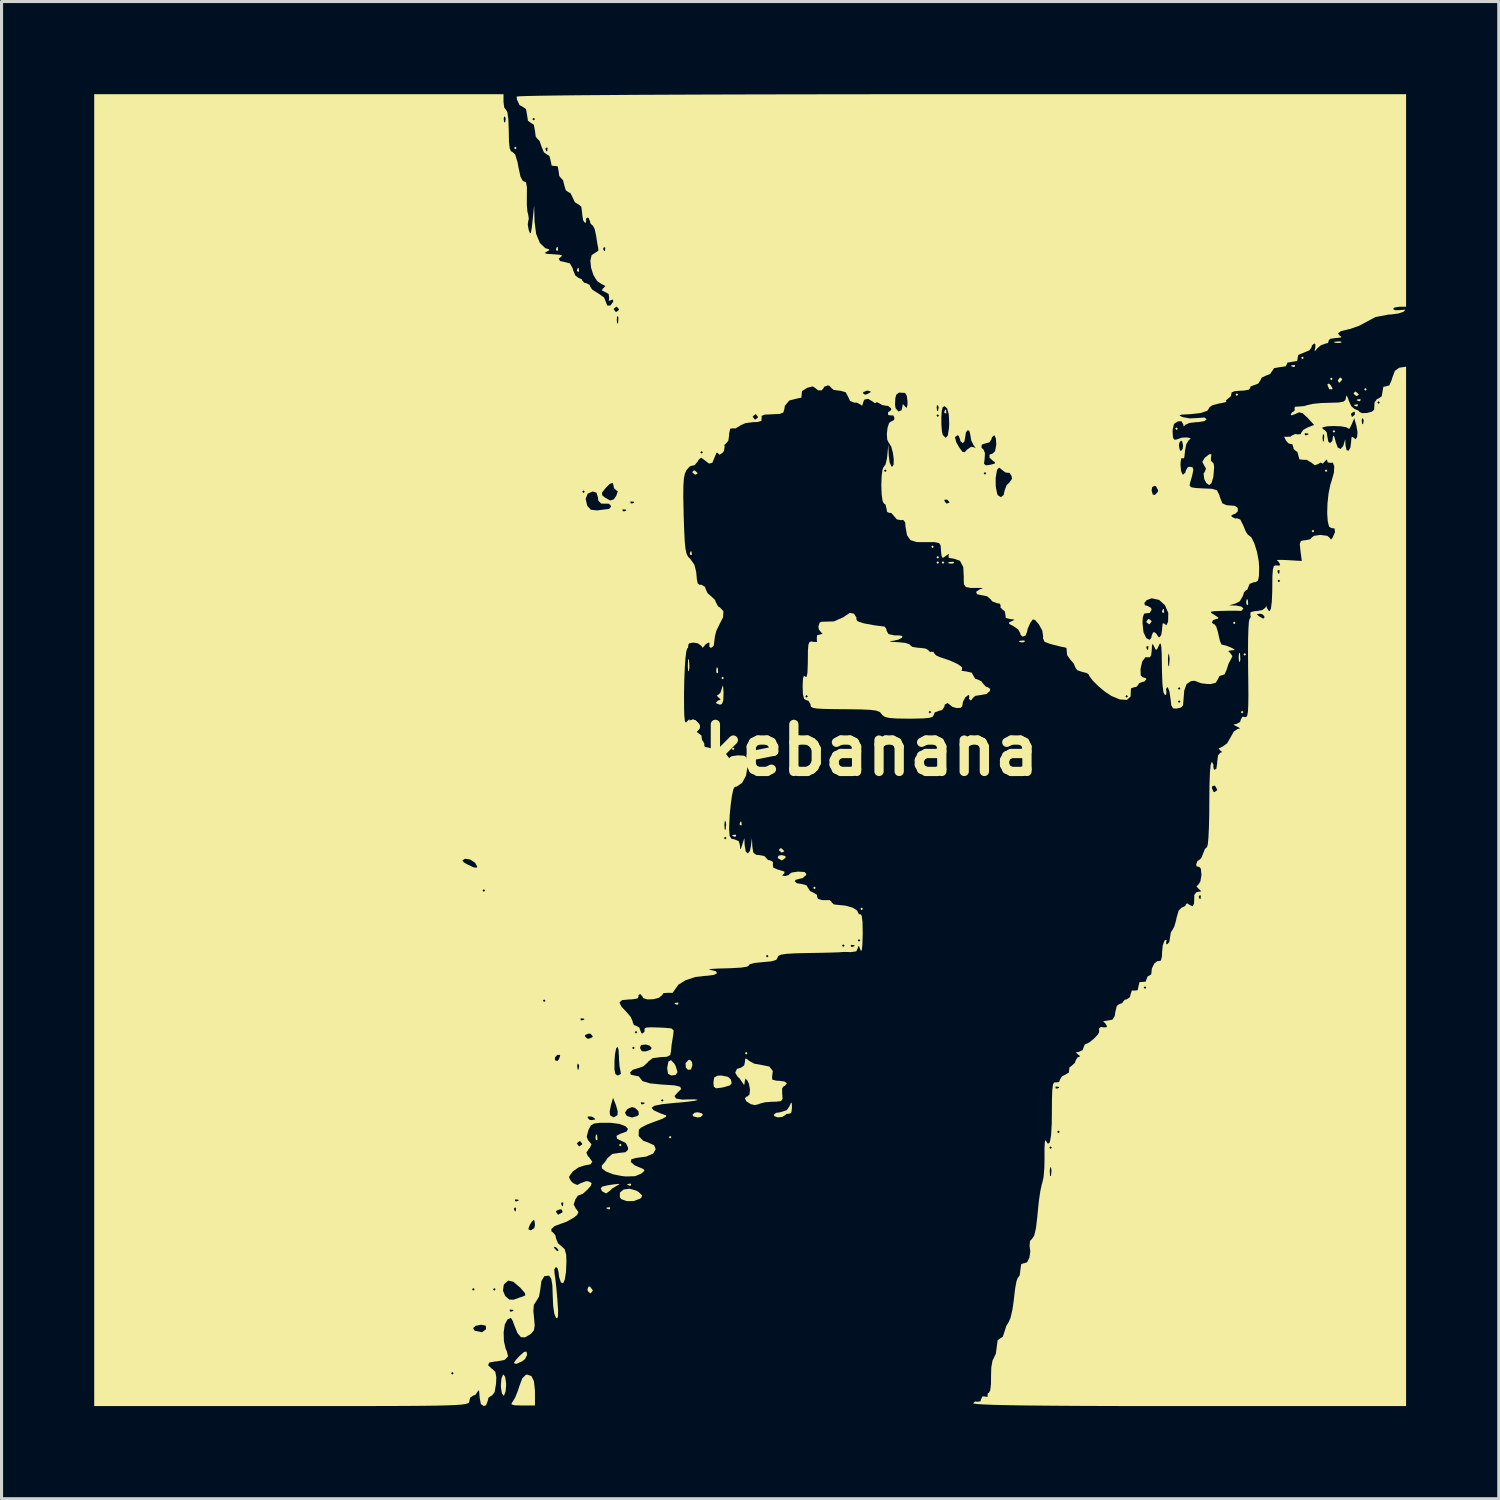
<source format=kicad_pcb>
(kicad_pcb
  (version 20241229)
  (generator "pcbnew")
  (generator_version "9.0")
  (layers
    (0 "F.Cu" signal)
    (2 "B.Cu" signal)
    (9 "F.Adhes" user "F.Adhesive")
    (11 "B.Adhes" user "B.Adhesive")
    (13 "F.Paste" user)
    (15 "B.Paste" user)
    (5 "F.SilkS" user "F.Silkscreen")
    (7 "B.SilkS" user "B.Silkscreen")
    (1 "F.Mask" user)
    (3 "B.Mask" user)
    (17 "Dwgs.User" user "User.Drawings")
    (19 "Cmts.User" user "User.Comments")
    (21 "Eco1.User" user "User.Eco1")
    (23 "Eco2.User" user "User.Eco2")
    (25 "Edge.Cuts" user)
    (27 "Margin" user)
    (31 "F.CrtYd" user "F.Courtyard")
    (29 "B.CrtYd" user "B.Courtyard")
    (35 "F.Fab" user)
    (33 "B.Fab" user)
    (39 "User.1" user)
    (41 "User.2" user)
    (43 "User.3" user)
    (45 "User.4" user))
  (footprint "catnolikebanana"
    (layer "F.Cu")
    (at 21.237 21.237)
    (property "Reference" "catnolikebanana" (at 0 0 0) (layer "F.SilkS") (effects (font (size 1.524 1.524) (thickness 0.3))))
    (attr board_only exclude_from_pos_files exclude_from_bom)
    (fp_poly (pts (xy -7.561 -19.496) (xy -7.603 -19.454) (xy -7.645 -19.496) (xy -7.603 -19.538)) (stroke (width 0) (type solid)) (fill yes) (layer "F.SilkS"))
    (fp_poly (pts (xy -4.163 12.785) (xy -4.205 12.827) (xy -4.247 12.785) (xy -4.205 12.742)) (stroke (width 0) (type solid)) (fill yes) (layer "F.SilkS"))
    (fp_poly (pts (xy -2.548 12.53) (xy -2.591 12.573) (xy -2.633 12.53) (xy -2.591 12.488)) (stroke (width 0) (type solid)) (fill yes) (layer "F.SilkS"))
    (fp_poly (pts (xy -0.849 -2.336) (xy -0.892 -2.294) (xy -0.934 -2.336) (xy -0.892 -2.379)) (stroke (width 0) (type solid)) (fill yes) (layer "F.SilkS"))
    (fp_poly (pts (xy -0.51 -0.042) (xy -0.552 0) (xy -0.595 -0.042) (xy -0.552 -0.085)) (stroke (width 0) (type solid)) (fill yes) (layer "F.SilkS"))
    (fp_poly (pts (xy -0.085 9.812) (xy -0.127 9.854) (xy -0.17 9.812) (xy -0.127 9.769)) (stroke (width 0) (type solid)) (fill yes) (layer "F.SilkS"))
    (fp_poly (pts (xy 0.085 0.467) (xy 0.042 0.51) (xy 0 0.467) (xy 0.042 0.425)) (stroke (width 0) (type solid)) (fill yes) (layer "F.SilkS"))
    (fp_poly (pts (xy 0.085 0.637) (xy 0.042 0.68) (xy 0 0.637) (xy 0.042 0.595)) (stroke (width 0) (type solid)) (fill yes) (layer "F.SilkS"))
    (fp_poly (pts (xy 2.124 4.46) (xy 2.081 4.502) (xy 2.039 4.46) (xy 2.081 4.417)) (stroke (width 0) (type solid)) (fill yes) (layer "F.SilkS"))
    (fp_poly (pts (xy 3.653 5.139) (xy 3.61 5.182) (xy 3.568 5.139) (xy 3.61 5.097)) (stroke (width 0) (type solid)) (fill yes) (layer "F.SilkS"))
    (fp_poly (pts (xy 5.946 -6.584) (xy 5.904 -6.541) (xy 5.862 -6.584) (xy 5.904 -6.626)) (stroke (width 0) (type solid)) (fill yes) (layer "F.SilkS"))
    (fp_poly (pts (xy 6.116 -6.244) (xy 6.074 -6.201) (xy 6.031 -6.244) (xy 6.074 -6.286)) (stroke (width 0) (type solid)) (fill yes) (layer "F.SilkS"))
    (fp_poly (pts (xy 6.116 -6.074) (xy 6.074 -6.031) (xy 6.031 -6.074) (xy 6.074 -6.116)) (stroke (width 0) (type solid)) (fill yes) (layer "F.SilkS"))
    (fp_poly (pts (xy 6.286 -6.074) (xy 6.244 -6.031) (xy 6.201 -6.074) (xy 6.244 -6.116)) (stroke (width 0) (type solid)) (fill yes) (layer "F.SilkS"))
    (fp_poly (pts (xy 13.847 -10.406) (xy 13.804 -10.364) (xy 13.762 -10.406) (xy 13.804 -10.449)) (stroke (width 0) (type solid)) (fill yes) (layer "F.SilkS"))
    (fp_poly (pts (xy 15.716 -4.12) (xy 15.673 -4.078) (xy 15.631 -4.12) (xy 15.673 -4.163)) (stroke (width 0) (type solid)) (fill yes) (layer "F.SilkS"))
    (fp_poly (pts (xy 15.801 -11.511) (xy 15.758 -11.468) (xy 15.716 -11.511) (xy 15.758 -11.553)) (stroke (width 0) (type solid)) (fill yes) (layer "F.SilkS"))
    (fp_poly (pts (xy 15.971 -1.232) (xy 15.928 -1.189) (xy 15.886 -1.232) (xy 15.928 -1.274)) (stroke (width 0) (type solid)) (fill yes) (layer "F.SilkS"))
    (fp_poly (pts (xy 16.056 -3.101) (xy 16.013 -3.058) (xy 15.971 -3.101) (xy 16.013 -3.143)) (stroke (width 0) (type solid)) (fill yes) (layer "F.SilkS"))
    (fp_poly (pts (xy 17.924 -12.7) (xy 17.882 -12.658) (xy 17.839 -12.7) (xy 17.882 -12.742)) (stroke (width 0) (type solid)) (fill yes) (layer "F.SilkS"))
    (fp_poly (pts (xy 18.264 -7.093) (xy 18.222 -7.051) (xy 18.179 -7.093) (xy 18.222 -7.136)) (stroke (width 0) (type solid)) (fill yes) (layer "F.SilkS"))
    (fp_poly (pts (xy 18.689 -9.047) (xy 18.646 -9.005) (xy 18.604 -9.047) (xy 18.646 -9.09)) (stroke (width 0) (type solid)) (fill yes) (layer "F.SilkS"))
    (fp_poly (pts (xy 18.859 -12.02) (xy 18.816 -11.978) (xy 18.774 -12.02) (xy 18.816 -12.063)) (stroke (width 0) (type solid)) (fill yes) (layer "F.SilkS"))
    (fp_poly (pts (xy 18.944 -10.321) (xy 18.901 -10.279) (xy 18.859 -10.321) (xy 18.901 -10.364)) (stroke (width 0) (type solid)) (fill yes) (layer "F.SilkS"))
    (fp_poly (pts (xy 19.963 -11.681) (xy 19.921 -11.638) (xy 19.878 -11.681) (xy 19.921 -11.723)) (stroke (width 0) (type solid)) (fill yes) (layer "F.SilkS"))
    (fp_poly (pts (xy -6.23 -16.282) (xy -6.219 -16.181) (xy -6.23 -16.169) (xy -6.28 -16.18) (xy -6.286 -16.225) (xy -6.255 -16.295)) (stroke (width 0) (type solid)) (fill yes) (layer "F.SilkS"))
    (fp_poly (pts (xy -5.55 -15.602) (xy -5.54 -15.502) (xy -5.55 -15.489) (xy -5.601 -15.501) (xy -5.607 -15.546) (xy -5.576 -15.616)) (stroke (width 0) (type solid)) (fill yes) (layer "F.SilkS"))
    (fp_poly (pts (xy -4.954 12.472) (xy -4.944 12.604) (xy -4.961 12.635) (xy -4.999 12.609) (xy -5.005 12.523) (xy -4.985 12.432)) (stroke (width 0) (type solid)) (fill yes) (layer "F.SilkS"))
    (fp_poly (pts (xy -4.531 14.81) (xy -4.542 14.86) (xy -4.587 14.866) (xy -4.657 14.835) (xy -4.644 14.81) (xy -4.543 14.799)) (stroke (width 0) (type solid)) (fill yes) (layer "F.SilkS"))
    (fp_poly (pts (xy -3.851 14.045) (xy -3.863 14.096) (xy -3.908 14.102) (xy -3.978 14.071) (xy -3.964 14.045) (xy -3.864 14.035)) (stroke (width 0) (type solid)) (fill yes) (layer "F.SilkS"))
    (fp_poly (pts (xy -2.322 8.184) (xy -2.334 8.234) (xy -2.379 8.24) (xy -2.449 8.209) (xy -2.435 8.184) (xy -2.334 8.173)) (stroke (width 0) (type solid)) (fill yes) (layer "F.SilkS"))
    (fp_poly (pts (xy -1.897 -6.428) (xy -1.887 -6.327) (xy -1.897 -6.315) (xy -1.948 -6.326) (xy -1.954 -6.371) (xy -1.923 -6.441)) (stroke (width 0) (type solid)) (fill yes) (layer "F.SilkS"))
    (fp_poly (pts (xy -1.046 -2.649) (xy -1.036 -2.517) (xy -1.053 -2.487) (xy -1.092 -2.512) (xy -1.098 -2.598) (xy -1.077 -2.689)) (stroke (width 0) (type solid)) (fill yes) (layer "F.SilkS"))
    (fp_poly (pts (xy -0.453 2.747) (xy -0.465 2.797) (xy -0.51 2.803) (xy -0.58 2.772) (xy -0.566 2.747) (xy -0.466 2.737)) (stroke (width 0) (type solid)) (fill yes) (layer "F.SilkS"))
    (fp_poly (pts (xy -0.283 2.322) (xy -0.273 2.423) (xy -0.283 2.435) (xy -0.334 2.424) (xy -0.34 2.379) (xy -0.309 2.309)) (stroke (width 0) (type solid)) (fill yes) (layer "F.SilkS"))
    (fp_poly (pts (xy 6.343 -11.015) (xy 6.353 -10.914) (xy 6.343 -10.902) (xy 6.292 -10.914) (xy 6.286 -10.959) (xy 6.317 -11.028)) (stroke (width 0) (type solid)) (fill yes) (layer "F.SilkS"))
    (fp_poly (pts (xy 6.603 -6.083) (xy 6.578 -6.044) (xy 6.492 -6.038) (xy 6.401 -6.059) (xy 6.44 -6.089) (xy 6.573 -6.1)) (stroke (width 0) (type solid)) (fill yes) (layer "F.SilkS"))
    (fp_poly (pts (xy 8.897 -3.534) (xy 8.871 -3.496) (xy 8.785 -3.49) (xy 8.695 -3.51) (xy 8.734 -3.541) (xy 8.867 -3.551)) (stroke (width 0) (type solid)) (fill yes) (layer "F.SilkS"))
    (fp_poly (pts (xy 13.394 -4.559) (xy 13.404 -4.458) (xy 13.394 -4.446) (xy 13.343 -4.457) (xy 13.337 -4.502) (xy 13.368 -4.572)) (stroke (width 0) (type solid)) (fill yes) (layer "F.SilkS"))
    (fp_poly (pts (xy 16.114 -4.858) (xy 16.124 -4.725) (xy 16.107 -4.695) (xy 16.068 -4.721) (xy 16.062 -4.807) (xy 16.083 -4.897)) (stroke (width 0) (type solid)) (fill yes) (layer "F.SilkS"))
    (fp_poly (pts (xy 17.641 -12.459) (xy 17.63 -12.409) (xy 17.585 -12.403) (xy 17.515 -12.434) (xy 17.528 -12.459) (xy 17.629 -12.469)) (stroke (width 0) (type solid)) (fill yes) (layer "F.SilkS"))
    (fp_poly (pts (xy 19.135 -13.223) (xy 19.146 -13.192) (xy 19.029 -13.181) (xy 18.908 -13.194) (xy 18.923 -13.223) (xy 19.096 -13.235)) (stroke (width 0) (type solid)) (fill yes) (layer "F.SilkS"))
    (fp_poly (pts (xy 19.68 -11.185) (xy 19.668 -11.135) (xy 19.623 -11.128) (xy 19.553 -11.16) (xy 19.567 -11.185) (xy 19.668 -11.195)) (stroke (width 0) (type solid)) (fill yes) (layer "F.SilkS"))
    (fp_poly (pts (xy 19.765 -11.355) (xy 19.753 -11.304) (xy 19.708 -11.298) (xy 19.638 -11.329) (xy 19.652 -11.355) (xy 19.753 -11.365)) (stroke (width 0) (type solid)) (fill yes) (layer "F.SilkS"))
    (fp_poly (pts (xy -5.182 17.372) (xy -5.1 17.481) (xy -5.097 17.505) (xy -5.162 17.582) (xy -5.182 17.585) (xy -5.256 17.515) (xy -5.267 17.452) (xy -5.226 17.364)) (stroke (width 0) (type solid)) (fill yes) (layer "F.SilkS"))
    (fp_poly (pts (xy -1.979 -2.909) (xy -1.965 -2.687) (xy -1.98 -2.569) (xy -2.003 -2.549) (xy -2.016 -2.671) (xy -2.017 -2.761) (xy -2.009 -2.925) (xy -1.99 -2.95)) (stroke (width 0) (type solid)) (fill yes) (layer "F.SilkS"))
    (fp_poly (pts (xy -1.884 10.095) (xy -1.869 10.194) (xy -1.914 10.339) (xy -2.013 10.35) (xy -2.081 10.279) (xy -2.092 10.138) (xy -1.999 10.034) (xy -1.949 10.024)) (stroke (width 0) (type solid)) (fill yes) (layer "F.SilkS"))
    (fp_poly (pts (xy -1.784 -9.047) (xy -1.703 -8.971) (xy -1.699 -8.957) (xy -1.765 -8.921) (xy -1.784 -8.92) (xy -1.866 -8.985) (xy -1.869 -9.01) (xy -1.817 -9.06)) (stroke (width 0) (type solid)) (fill yes) (layer "F.SilkS"))
    (fp_poly (pts (xy -1.561 11.759) (xy -1.529 11.808) (xy -1.6 11.877) (xy -1.699 11.893) (xy -1.837 11.857) (xy -1.869 11.808) (xy -1.798 11.739) (xy -1.699 11.723)) (stroke (width 0) (type solid)) (fill yes) (layer "F.SilkS"))
    (fp_poly (pts (xy 1.019 3.186) (xy 1.1 3.262) (xy 1.104 3.276) (xy 1.039 3.312) (xy 1.019 3.313) (xy 0.938 3.248) (xy 0.934 3.223) (xy 0.986 3.172)) (stroke (width 0) (type solid)) (fill yes) (layer "F.SilkS"))
    (fp_poly (pts (xy 1.14 3.43) (xy 1.147 3.483) (xy 1.042 3.565) (xy 1.019 3.568) (xy 0.909 3.506) (xy 0.892 3.483) (xy 0.919 3.417) (xy 1.019 3.398)) (stroke (width 0) (type solid)) (fill yes) (layer "F.SilkS"))
    (fp_poly (pts (xy 12.995 -4.183) (xy 12.997 -4.163) (xy 12.933 -4.08) (xy 12.912 -4.078) (xy 12.83 -4.142) (xy 12.827 -4.163) (xy 12.892 -4.245) (xy 12.912 -4.247)) (stroke (width 0) (type solid)) (fill yes) (layer "F.SilkS"))
    (fp_poly (pts (xy 15.855 -3.135) (xy 15.86 -3.12) (xy 15.872 -2.935) (xy 15.856 -2.865) (xy 15.829 -2.863) (xy 15.817 -2.996) (xy 15.817 -3.016) (xy 15.829 -3.147)) (stroke (width 0) (type solid)) (fill yes) (layer "F.SilkS"))
    (fp_poly (pts (xy 18.789 -11.826) (xy 18.854 -11.718) (xy 18.846 -11.682) (xy 18.757 -11.685) (xy 18.746 -11.695) (xy 18.69 -11.826) (xy 18.689 -11.839) (xy 18.732 -11.871)) (stroke (width 0) (type solid)) (fill yes) (layer "F.SilkS"))
    (fp_poly (pts (xy 19.169 -12.011) (xy 19.156 -11.978) (xy 19.08 -11.897) (xy 19.066 -11.893) (xy 19.03 -11.959) (xy 19.029 -11.978) (xy 19.094 -12.06) (xy 19.119 -12.063)) (stroke (width 0) (type solid)) (fill yes) (layer "F.SilkS"))
    (fp_poly (pts (xy 19.623 -11.596) (xy 19.704 -11.519) (xy 19.708 -11.506) (xy 19.643 -11.469) (xy 19.623 -11.468) (xy 19.542 -11.534) (xy 19.538 -11.558) (xy 19.591 -11.609)) (stroke (width 0) (type solid)) (fill yes) (layer "F.SilkS"))
    (fp_poly (pts (xy -7.221 19.578) (xy -7.288 19.714) (xy -7.385 19.79) (xy -7.574 19.872) (xy -7.644 19.848) (xy -7.645 19.836) (xy -7.592 19.751) (xy -7.476 19.623) (xy -7.317 19.483) (xy -7.24 19.473)) (stroke (width 0) (type solid)) (fill yes) (layer "F.SilkS"))
    (fp_poly (pts (xy -2.447 10.161) (xy -2.41 10.233) (xy -2.351 10.426) (xy -2.416 10.517) (xy -2.55 10.534) (xy -2.656 10.482) (xy -2.686 10.305) (xy -2.685 10.279) (xy -2.645 10.079) (xy -2.559 10.038)) (stroke (width 0) (type solid)) (fill yes) (layer "F.SilkS"))
    (fp_poly (pts (xy -7.932 20.293) (xy -7.903 20.482) (xy -7.9 20.558) (xy -7.919 20.771) (xy -7.966 20.889) (xy -7.985 20.898) (xy -8.038 20.822) (xy -8.068 20.634) (xy -8.07 20.558) (xy -8.051 20.345) (xy -8.004 20.227) (xy -7.985 20.218)) (stroke (width 0) (type solid)) (fill yes) (layer "F.SilkS"))
    (fp_poly (pts (xy -4.23 14.056) (xy -4.303 14.094) (xy -4.47 14.195) (xy -4.541 14.266) (xy -4.665 14.353) (xy -4.792 14.282) (xy -4.803 14.266) (xy -4.837 14.184) (xy -4.788 14.132) (xy -4.622 14.091) (xy -4.46 14.065) (xy -4.267 14.042)) (stroke (width 0) (type solid)) (fill yes) (layer "F.SilkS"))
    (fp_poly (pts (xy -3.691 14.259) (xy -3.605 14.312) (xy -3.497 14.417) (xy -3.524 14.492) (xy -3.568 14.524) (xy -3.771 14.599) (xy -3.996 14.602) (xy -4.171 14.537) (xy -4.22 14.475) (xy -4.215 14.321) (xy -4.094 14.225) (xy -3.903 14.2)) (stroke (width 0) (type solid)) (fill yes) (layer "F.SilkS"))
    (fp_poly (pts (xy -0.719 10.576) (xy -0.624 10.665) (xy -0.598 10.785) (xy -0.661 10.857) (xy -0.849 10.911) (xy -0.919 10.926) (xy -1.105 10.949) (xy -1.177 10.895) (xy -1.189 10.757) (xy -1.164 10.598) (xy -1.054 10.54) (xy -0.932 10.534)) (stroke (width 0) (type solid)) (fill yes) (layer "F.SilkS"))
    (fp_poly (pts (xy 1.348 11.437) (xy 1.354 11.579) (xy 1.334 11.734) (xy 1.28 11.769) (xy 1.171 11.78) (xy 1.148 11.807) (xy 1.039 11.876) (xy 0.888 11.889) (xy 0.778 11.845) (xy 0.765 11.808) (xy 0.837 11.744) (xy 0.98 11.723) (xy 1.188 11.655) (xy 1.272 11.532) (xy 1.326 11.409)) (stroke (width 0) (type solid)) (fill yes) (layer "F.SilkS"))
    (fp_poly (pts (xy -7.081 20.267) (xy -7 20.43) (xy -6.968 20.73) (xy -6.966 20.852) (xy -6.966 21.218) (xy -7.387 21.218) (xy -7.63 21.211) (xy -7.73 21.182) (xy -7.713 21.124) (xy -7.697 21.107) (xy -7.608 20.962) (xy -7.513 20.723) (xy -7.478 20.607) (xy -7.378 20.342) (xy -7.266 20.227) (xy -7.219 20.218)) (stroke (width 0) (type solid)) (fill yes) (layer "F.SilkS"))
    (fp_poly (pts (xy -0.87 -2.017) (xy -0.862 -1.862) (xy -0.869 -1.61) (xy -0.916 -1.493) (xy -0.977 -1.472) (xy -1.09 -1.511) (xy -1.104 -1.543) (xy -1.037 -1.61) (xy -0.998 -1.615) (xy -0.954 -1.645) (xy -1.019 -1.699) (xy -1.084 -1.767) (xy -1.046 -1.783) (xy -0.962 -1.857) (xy -0.91 -2.018) (xy -0.887 -2.101)) (stroke (width 0) (type solid)) (fill yes) (layer "F.SilkS"))
    (fp_poly (pts (xy 14.937 -9.574) (xy 14.92 -9.472) (xy 14.916 -9.362) (xy 14.949 -9.344) (xy 15.008 -9.273) (xy 15.023 -9.153) (xy 14.997 -8.848) (xy 14.937 -8.645) (xy 14.862 -8.58) (xy 14.769 -8.65) (xy 14.704 -8.771) (xy 14.68 -8.953) (xy 14.723 -9.019) (xy 14.759 -9.117) (xy 14.704 -9.208) (xy 14.64 -9.336) (xy 14.716 -9.461) (xy 14.724 -9.47) (xy 14.869 -9.583)) (stroke (width 0) (type solid)) (fill yes) (layer "F.SilkS"))
    (fp_poly (pts (xy -0.09 10.009) (xy -0.036 10.06) (xy 0.14 10.154) (xy 0.377 10.194) (xy 0.379 10.194) (xy 0.623 10.245) (xy 0.733 10.388) (xy 0.71 10.576) (xy 0.717 10.668) (xy 0.853 10.702) (xy 0.925 10.704) (xy 1.108 10.728) (xy 1.189 10.785) (xy 1.189 10.789) (xy 1.123 10.87) (xy 1.095 10.874) (xy 1.036 10.947) (xy 1.038 11.128) (xy 1.051 11.29) (xy 0.998 11.363) (xy 0.837 11.382) (xy 0.724 11.383) (xy 0.485 11.4) (xy 0.318 11.443) (xy 0.293 11.459) (xy 0.154 11.492) (xy 0.021 11.462) (xy -0.12 11.372) (xy -0.172 11.274) (xy -0.114 11.216) (xy -0.085 11.213) (xy -0.019 11.144) (xy -0.005 10.981) (xy -0.042 10.794) (xy -0.085 10.704) (xy -0.15 10.631) (xy -0.173 10.714) (xy -0.175 10.746) (xy -0.193 10.849) (xy -0.233 10.789) (xy -0.233 10.789) (xy -0.343 10.627) (xy -0.409 10.568) (xy -0.484 10.44) (xy -0.426 10.321) (xy -0.292 10.279) (xy -0.194 10.208) (xy -0.17 10.103) (xy -0.157 9.982)) (stroke (width 0) (type solid)) (fill yes) (layer "F.SilkS"))
    (fp_poly (pts (xy 3.349 -4.422) (xy 3.367 -4.408) (xy 3.443 -4.292) (xy 3.436 -4.24) (xy 3.478 -4.173) (xy 3.677 -4.106) (xy 4.023 -4.042) (xy 4.354 -4) (xy 4.41 -3.924) (xy 4.417 -3.865) (xy 4.479 -3.758) (xy 4.675 -3.715) (xy 4.821 -3.715) (xy 4.932 -3.695) (xy 4.914 -3.639) (xy 4.798 -3.578) (xy 4.651 -3.544) (xy 4.523 -3.523) (xy 4.549 -3.509) (xy 4.736 -3.498) (xy 4.778 -3.497) (xy 5.014 -3.473) (xy 5.159 -3.427) (xy 5.182 -3.398) (xy 5.257 -3.342) (xy 5.44 -3.314) (xy 5.479 -3.313) (xy 5.676 -3.29) (xy 5.774 -3.235) (xy 5.777 -3.223) (xy 5.829 -3.172) (xy 5.862 -3.186) (xy 5.94 -3.182) (xy 5.946 -3.154) (xy 6.018 -3.068) (xy 6.138 -3.013) (xy 6.464 -2.903) (xy 6.713 -2.79) (xy 6.855 -2.691) (xy 6.863 -2.621) (xy 6.86 -2.618) (xy 6.842 -2.569) (xy 6.983 -2.55) (xy 6.987 -2.55) (xy 7.174 -2.508) (xy 7.221 -2.421) (xy 7.289 -2.309) (xy 7.351 -2.294) (xy 7.493 -2.225) (xy 7.53 -2.166) (xy 7.635 -2.053) (xy 7.694 -2.039) (xy 7.771 -1.98) (xy 7.761 -1.911) (xy 7.646 -1.816) (xy 7.466 -1.784) (xy 7.292 -1.759) (xy 7.221 -1.699) (xy 7.155 -1.617) (xy 7.131 -1.614) (xy 7.08 -1.666) (xy 7.093 -1.699) (xy 7.092 -1.778) (xy 7.065 -1.784) (xy 6.971 -1.715) (xy 6.89 -1.566) (xy 6.867 -1.423) (xy 6.867 -1.423) (xy 6.817 -1.369) (xy 6.684 -1.363) (xy 6.548 -1.402) (xy 6.499 -1.444) (xy 6.39 -1.526) (xy 6.301 -1.474) (xy 6.286 -1.402) (xy 6.215 -1.298) (xy 6.116 -1.274) (xy 5.978 -1.221) (xy 5.946 -1.147) (xy 5.918 -1.086) (xy 5.812 -1.047) (xy 5.6 -1.027) (xy 5.255 -1.02) (xy 5.144 -1.019) (xy 4.757 -1.024) (xy 4.506 -1.042) (xy 4.357 -1.078) (xy 4.276 -1.139) (xy 4.257 -1.168) (xy 4.2 -1.232) (xy 5.777 -1.232) (xy 5.819 -1.189) (xy 5.862 -1.232) (xy 5.819 -1.274) (xy 5.777 -1.232) (xy 4.2 -1.232) (xy 4.198 -1.234) (xy 4.088 -1.278) (xy 3.897 -1.304) (xy 3.593 -1.318) (xy 3.213 -1.324) (xy 2.727 -1.328) (xy 2.385 -1.335) (xy 2.163 -1.347) (xy 2.034 -1.369) (xy 1.973 -1.402) (xy 1.955 -1.452) (xy 1.954 -1.487) (xy 1.886 -1.599) (xy 1.826 -1.614) (xy 1.748 -1.657) (xy 1.726 -1.741) (xy 1.784 -1.741) (xy 1.826 -1.699) (xy 1.869 -1.741) (xy 1.826 -1.784) (xy 1.784 -1.741) (xy 1.726 -1.741) (xy 1.709 -1.808) (xy 1.7 -2.06) (xy 1.71 -2.314) (xy 1.74 -2.41) (xy 1.784 -2.379) (xy 1.828 -2.37) (xy 1.856 -2.513) (xy 1.867 -2.816) (xy 1.868 -2.902) (xy 1.871 -3.229) (xy 1.887 -3.419) (xy 1.924 -3.505) (xy 1.992 -3.518) (xy 2.04 -3.507) (xy 2.163 -3.5) (xy 2.161 -3.593) (xy 2.158 -3.6) (xy 2.164 -3.716) (xy 2.263 -3.744) (xy 2.348 -3.766) (xy 2.315 -3.794) (xy 2.226 -3.904) (xy 2.209 -4.003) (xy 2.253 -4.133) (xy 2.315 -4.156) (xy 2.713 -4.168) (xy 3.028 -4.308) (xy 3.058 -4.332) (xy 3.225 -4.442)) (stroke (width 0) (type solid)) (fill yes) (layer "F.SilkS"))
    (fp_poly (pts (xy 21.237 21.237) (xy 14.229 21.237) (xy 12.866 21.237) (xy 11.667 21.235) (xy 10.626 21.231) (xy 9.736 21.225) (xy 8.991 21.218) (xy 8.386 21.209) (xy 7.914 21.198) (xy 7.568 21.185) (xy 7.344 21.17) (xy 7.234 21.153) (xy 7.221 21.143) (xy 7.283 21.087) (xy 7.348 21.098) (xy 7.457 21.084) (xy 7.476 21.013) (xy 7.528 20.92) (xy 7.607 20.93) (xy 7.695 20.936) (xy 7.687 20.897) (xy 7.694 20.819) (xy 7.724 20.813) (xy 7.773 20.733) (xy 7.798 20.516) (xy 7.799 20.301) (xy 7.807 19.99) (xy 7.847 19.765) (xy 7.885 19.69) (xy 7.955 19.539) (xy 7.985 19.316) (xy 7.985 19.309) (xy 8.013 19.108) (xy 8.089 19.05) (xy 8.178 18.994) (xy 8.225 18.859) (xy 8.294 18.64) (xy 8.37 18.518) (xy 8.432 18.375) (xy 8.492 18.115) (xy 8.538 17.789) (xy 8.544 17.733) (xy 8.581 17.423) (xy 8.624 17.192) (xy 8.667 17.08) (xy 8.677 17.075) (xy 8.728 17.001) (xy 8.75 16.824) (xy 8.75 16.823) (xy 8.775 16.644) (xy 8.856 16.612) (xy 8.867 16.615) (xy 8.966 16.581) (xy 9.04 16.434) (xy 9.071 16.232) (xy 9.047 16.055) (xy 9.061 15.888) (xy 9.122 15.828) (xy 9.196 15.72) (xy 9.254 15.477) (xy 9.3 15.082) (xy 9.308 14.994) (xy 9.345 14.624) (xy 9.391 14.298) (xy 9.44 14.068) (xy 9.457 14.017) (xy 9.499 13.828) (xy 9.516 13.634) (xy 9.701 13.634) (xy 9.71 13.78) (xy 9.737 13.792) (xy 9.74 13.785) (xy 9.757 13.616) (xy 9.743 13.53) (xy 9.716 13.495) (xy 9.701 13.608) (xy 9.701 13.634) (xy 9.516 13.634) (xy 9.525 13.531) (xy 9.532 13.189) (xy 9.531 13.167) (xy 9.53 12.88) (xy 9.531 12.87) (xy 9.684 12.87) (xy 9.727 12.912) (xy 9.769 12.87) (xy 9.727 12.827) (xy 9.684 12.87) (xy 9.531 12.87) (xy 9.541 12.69) (xy 9.56 12.628) (xy 9.565 12.636) (xy 9.644 12.748) (xy 9.703 12.694) (xy 9.743 12.473) (xy 9.75 12.36) (xy 9.939 12.36) (xy 9.982 12.403) (xy 10.024 12.36) (xy 9.982 12.318) (xy 9.939 12.36) (xy 9.75 12.36) (xy 9.765 12.085) (xy 9.769 11.726) (xy 9.772 11.293) (xy 9.782 11.004) (xy 9.795 10.902) (xy 9.882 10.902) (xy 9.894 10.952) (xy 9.939 10.959) (xy 10.009 10.927) (xy 9.996 10.902) (xy 9.895 10.892) (xy 9.882 10.902) (xy 9.795 10.902) (xy 9.804 10.835) (xy 9.839 10.761) (xy 9.892 10.756) (xy 9.897 10.758) (xy 10.006 10.745) (xy 10.024 10.68) (xy 10.096 10.56) (xy 10.203 10.507) (xy 10.321 10.436) (xy 10.325 10.369) (xy 10.34 10.267) (xy 10.401 10.227) (xy 10.517 10.121) (xy 10.534 10.057) (xy 10.595 9.95) (xy 10.64 9.938) (xy 10.684 9.908) (xy 10.619 9.854) (xy 10.541 9.788) (xy 10.621 9.771) (xy 10.64 9.771) (xy 10.766 9.71) (xy 10.789 9.642) (xy 10.834 9.529) (xy 10.874 9.514) (xy 10.984 9.461) (xy 11.134 9.338) (xy 11.259 9.206) (xy 11.298 9.132) (xy 11.298 9.007) (xy 11.361 8.961) (xy 11.426 8.974) (xy 11.535 8.974) (xy 11.553 8.936) (xy 11.487 8.828) (xy 11.447 8.806) (xy 11.439 8.774) (xy 11.569 8.757) (xy 11.569 8.757) (xy 11.731 8.725) (xy 11.804 8.608) (xy 11.824 8.474) (xy 11.872 8.281) (xy 11.955 8.219) (xy 11.957 8.219) (xy 12.054 8.187) (xy 12.063 8.155) (xy 12.132 8.08) (xy 12.19 8.07) (xy 12.294 8) (xy 12.318 7.903) (xy 12.359 7.781) (xy 12.445 7.785) (xy 12.547 7.772) (xy 12.564 7.688) (xy 12.742 7.688) (xy 12.785 7.73) (xy 12.827 7.688) (xy 12.785 7.645) (xy 12.742 7.688) (xy 12.564 7.688) (xy 12.573 7.645) (xy 12.607 7.509) (xy 12.7 7.506) (xy 12.81 7.493) (xy 12.827 7.43) (xy 12.874 7.319) (xy 12.912 7.306) (xy 12.988 7.258) (xy 12.988 7.242) (xy 13.007 7.067) (xy 13.086 6.907) (xy 13.188 6.828) (xy 13.221 6.831) (xy 13.299 6.814) (xy 13.334 6.668) (xy 13.337 6.543) (xy 13.36 6.316) (xy 13.417 6.167) (xy 13.435 6.151) (xy 13.493 6.141) (xy 13.473 6.188) (xy 13.468 6.276) (xy 13.502 6.286) (xy 13.57 6.214) (xy 13.592 6.079) (xy 13.62 5.901) (xy 13.67 5.824) (xy 13.732 5.716) (xy 13.791 5.507) (xy 13.804 5.436) (xy 13.872 5.201) (xy 13.966 5.099) (xy 13.982 5.097) (xy 14.09 5.043) (xy 14.102 5.002) (xy 14.143 4.957) (xy 14.229 5.012) (xy 14.325 5.055) (xy 14.372 4.971) (xy 14.38 4.757) (xy 14.526 4.757) (xy 14.558 4.827) (xy 14.583 4.814) (xy 14.593 4.713) (xy 14.583 4.701) (xy 14.533 4.712) (xy 14.526 4.757) (xy 14.38 4.757) (xy 14.381 4.74) (xy 14.379 4.693) (xy 14.445 4.601) (xy 14.515 4.586) (xy 14.607 4.572) (xy 14.548 4.51) (xy 14.526 4.495) (xy 14.45 4.41) (xy 14.505 4.361) (xy 14.576 4.256) (xy 14.611 4.054) (xy 14.611 4.023) (xy 14.591 3.834) (xy 14.537 3.776) (xy 14.526 3.78) (xy 14.454 3.761) (xy 14.441 3.7) (xy 14.485 3.584) (xy 14.525 3.568) (xy 14.605 3.496) (xy 14.661 3.356) (xy 14.727 3.196) (xy 14.79 3.143) (xy 14.816 3.063) (xy 14.837 2.841) (xy 14.854 2.504) (xy 14.864 2.082) (xy 14.866 1.736) (xy 14.871 1.227) (xy 14.951 1.227) (xy 14.996 1.343) (xy 15.036 1.359) (xy 15.119 1.298) (xy 15.121 1.279) (xy 15.059 1.164) (xy 15.036 1.147) (xy 14.963 1.166) (xy 14.951 1.227) (xy 14.871 1.227) (xy 14.871 1.149) (xy 14.886 0.726) (xy 14.911 0.47) (xy 14.946 0.381) (xy 14.953 0.383) (xy 15.004 0.481) (xy 14.994 0.51) (xy 15.008 0.613) (xy 15.035 0.636) (xy 15.094 0.602) (xy 15.121 0.426) (xy 15.121 0.387) (xy 15.148 0.171) (xy 15.222 0.084) (xy 15.227 0.084) (xy 15.284 0.062) (xy 15.22 0.01) (xy 15.169 -0.054) (xy 15.274 -0.105) (xy 15.286 -0.108) (xy 15.442 -0.22) (xy 15.556 -0.417) (xy 15.658 -0.601) (xy 15.781 -0.685) (xy 15.788 -0.686) (xy 15.865 -0.703) (xy 15.788 -0.751) (xy 15.758 -0.765) (xy 15.648 -0.821) (xy 15.693 -0.841) (xy 15.737 -0.844) (xy 15.863 -0.913) (xy 15.886 -0.986) (xy 15.937 -1.082) (xy 16.017 -1.072) (xy 16.062 -1.071) (xy 16.095 -1.122) (xy 16.117 -1.246) (xy 16.128 -1.463) (xy 16.132 -1.796) (xy 16.128 -2.264) (xy 16.123 -2.635) (xy 16.119 -3.137) (xy 16.122 -3.576) (xy 16.132 -3.924) (xy 16.148 -4.157) (xy 16.169 -4.247) (xy 16.171 -4.248) (xy 16.209 -4.31) (xy 16.195 -4.375) (xy 16.197 -4.402) (xy 16.403 -4.402) (xy 16.464 -4.343) (xy 16.48 -4.332) (xy 16.608 -4.258) (xy 16.647 -4.28) (xy 16.65 -4.332) (xy 16.58 -4.404) (xy 16.502 -4.416) (xy 16.403 -4.402) (xy 16.197 -4.402) (xy 16.203 -4.469) (xy 16.344 -4.502) (xy 16.391 -4.502) (xy 16.581 -4.535) (xy 16.679 -4.609) (xy 16.717 -4.671) (xy 16.728 -4.609) (xy 16.789 -4.51) (xy 16.82 -4.502) (xy 16.861 -4.583) (xy 16.89 -4.804) (xy 16.904 -5.14) (xy 16.905 -5.264) (xy 16.907 -5.479) (xy 17.075 -5.479) (xy 17.117 -5.437) (xy 17.16 -5.479) (xy 17.117 -5.522) (xy 17.075 -5.479) (xy 16.907 -5.479) (xy 16.909 -5.629) (xy 16.919 -5.777) (xy 17.075 -5.777) (xy 17.106 -5.707) (xy 17.132 -5.72) (xy 17.142 -5.821) (xy 17.132 -5.833) (xy 17.081 -5.822) (xy 17.075 -5.777) (xy 16.919 -5.777) (xy 16.924 -5.852) (xy 16.956 -5.961) (xy 17.009 -5.984) (xy 17.032 -5.977) (xy 17.142 -5.978) (xy 17.16 -6.015) (xy 17.093 -6.121) (xy 17.054 -6.141) (xy 17.069 -6.158) (xy 17.219 -6.16) (xy 17.404 -6.152) (xy 17.861 -6.125) (xy 17.816 -6.46) (xy 17.796 -6.676) (xy 17.831 -6.772) (xy 17.941 -6.796) (xy 17.975 -6.796) (xy 18.131 -6.826) (xy 18.179 -6.881) (xy 18.254 -6.937) (xy 18.438 -6.965) (xy 18.477 -6.966) (xy 18.69 -6.938) (xy 18.775 -6.864) (xy 18.775 -6.86) (xy 18.805 -6.815) (xy 18.859 -6.881) (xy 18.936 -7.06) (xy 18.92 -7.178) (xy 18.818 -7.19) (xy 18.816 -7.19) (xy 18.745 -7.235) (xy 18.701 -7.408) (xy 18.683 -7.67) (xy 18.692 -7.982) (xy 18.726 -8.304) (xy 18.786 -8.596) (xy 18.827 -8.723) (xy 18.9 -8.983) (xy 18.912 -9.19) (xy 18.867 -9.307) (xy 18.775 -9.302) (xy 18.697 -9.317) (xy 18.688 -9.361) (xy 18.664 -9.416) (xy 18.604 -9.344) (xy 18.536 -9.272) (xy 18.52 -9.291) (xy 18.468 -9.31) (xy 18.403 -9.269) (xy 18.28 -9.224) (xy 18.175 -9.307) (xy 18.015 -9.4) (xy 17.909 -9.401) (xy 17.783 -9.415) (xy 17.755 -9.522) (xy 17.717 -9.656) (xy 17.67 -9.684) (xy 17.595 -9.753) (xy 17.585 -9.817) (xy 17.551 -9.91) (xy 17.517 -9.907) (xy 17.425 -9.935) (xy 17.348 -10.026) (xy 17.306 -10.109) (xy 18.532 -10.109) (xy 18.546 -9.988) (xy 18.575 -10.003) (xy 18.587 -10.177) (xy 18.575 -10.215) (xy 18.544 -10.226) (xy 18.532 -10.109) (xy 17.306 -10.109) (xy 17.29 -10.142) (xy 17.34 -10.151) (xy 17.365 -10.143) (xy 17.5 -10.151) (xy 17.536 -10.184) (xy 17.65 -10.236) (xy 17.715 -10.224) (xy 17.822 -10.23) (xy 17.831 -10.251) (xy 17.953 -10.251) (xy 17.964 -10.2) (xy 18.009 -10.194) (xy 18.079 -10.225) (xy 18.066 -10.251) (xy 17.965 -10.261) (xy 17.953 -10.251) (xy 17.831 -10.251) (xy 17.839 -10.272) (xy 17.91 -10.37) (xy 18.013 -10.428) (xy 18.519 -10.428) (xy 18.584 -10.366) (xy 18.604 -10.364) (xy 18.668 -10.291) (xy 18.689 -10.152) (xy 18.718 -9.992) (xy 18.774 -9.939) (xy 18.847 -10.009) (xy 18.859 -10.081) (xy 18.876 -10.185) (xy 18.916 -10.144) (xy 18.957 -9.982) (xy 19.024 -9.8) (xy 19.116 -9.75) (xy 19.2 -9.844) (xy 19.211 -9.878) (xy 19.267 -10.067) (xy 19.275 -9.875) (xy 19.311 -9.714) (xy 19.376 -9.694) (xy 19.435 -9.798) (xy 19.455 -9.96) (xy 19.471 -10.132) (xy 19.518 -10.138) (xy 19.528 -10.123) (xy 19.603 -10.067) (xy 19.652 -10.139) (xy 19.664 -10.3) (xy 19.628 -10.505) (xy 19.581 -10.668) (xy 19.8 -10.668) (xy 19.816 -10.558) (xy 19.845 -10.557) (xy 19.865 -10.67) (xy 19.851 -10.72) (xy 19.814 -10.752) (xy 19.8 -10.668) (xy 19.581 -10.668) (xy 19.559 -10.746) (xy 19.469 -10.534) (xy 19.404 -10.409) (xy 19.374 -10.41) (xy 19.297 -10.456) (xy 19.114 -10.485) (xy 18.886 -10.494) (xy 18.674 -10.484) (xy 18.539 -10.452) (xy 18.519 -10.428) (xy 18.013 -10.428) (xy 18.05 -10.448) (xy 18.261 -10.528) (xy 18.046 -10.761) (xy 17.925 -10.874) (xy 19.454 -10.874) (xy 19.482 -10.791) (xy 19.491 -10.789) (xy 19.564 -10.848) (xy 19.581 -10.874) (xy 19.574 -10.952) (xy 19.543 -10.959) (xy 19.457 -10.897) (xy 19.454 -10.874) (xy 17.925 -10.874) (xy 17.888 -10.909) (xy 17.77 -10.938) (xy 17.665 -10.89) (xy 17.534 -10.838) (xy 17.5 -10.873) (xy 17.565 -10.955) (xy 17.59 -10.959) (xy 17.638 -11.011) (xy 17.623 -11.05) (xy 17.637 -11.118) (xy 17.724 -11.122) (xy 17.936 -11.139) (xy 18.046 -11.173) (xy 18.217 -11.211) (xy 18.491 -11.238) (xy 18.747 -11.246) (xy 19.041 -11.254) (xy 19.204 -11.28) (xy 19.275 -11.338) (xy 19.291 -11.422) (xy 19.312 -11.487) (xy 19.359 -11.385) (xy 19.379 -11.32) (xy 19.464 -11.133) (xy 19.566 -11.045) (xy 19.576 -11.043) (xy 19.703 -10.988) (xy 19.725 -10.952) (xy 19.812 -10.91) (xy 19.974 -10.917) (xy 20.131 -10.959) (xy 20.205 -11.024) (xy 20.205 -11.031) (xy 20.215 -11.255) (xy 20.215 -11.256) (xy 20.303 -11.256) (xy 20.345 -11.213) (xy 20.388 -11.256) (xy 20.345 -11.298) (xy 20.303 -11.256) (xy 20.215 -11.256) (xy 20.301 -11.374) (xy 20.345 -11.383) (xy 20.448 -11.458) (xy 20.473 -11.605) (xy 20.502 -11.764) (xy 20.593 -11.78) (xy 20.693 -11.808) (xy 20.773 -11.989) (xy 20.787 -12.047) (xy 20.874 -12.279) (xy 21.009 -12.379) (xy 21.049 -12.387) (xy 21.237 -12.414)) (stroke (width 0) (type solid)) (fill yes) (layer "F.SilkS"))
    (fp_poly (pts (xy -7.985 -20.983) (xy -7.961 -20.804) (xy -7.901 -20.728) (xy -7.9 -20.728) (xy -7.858 -20.648) (xy -7.829 -20.431) (xy -7.816 -20.109) (xy -7.815 -20.048) (xy -7.808 -19.693) (xy -7.784 -19.48) (xy -7.738 -19.383) (xy -7.698 -19.369) (xy -7.607 -19.284) (xy -7.531 -19.034) (xy -7.503 -18.88) (xy -7.436 -18.569) (xy -7.358 -18.424) (xy -7.318 -18.415) (xy -7.255 -18.38) (xy -7.227 -18.225) (xy -7.229 -17.941) (xy -7.23 -17.655) (xy -7.211 -17.433) (xy -7.187 -17.345) (xy -7.165 -17.196) (xy -7.181 -17.155) (xy -7.2 -17.014) (xy -7.168 -16.836) (xy -7.129 -16.734) (xy -7.099 -16.753) (xy -7.07 -16.91) (xy -7.047 -17.117) (xy -6.994 -17.627) (xy -6.98 -17.112) (xy -6.929 -16.716) (xy -6.808 -16.42) (xy -6.63 -16.25) (xy -6.517 -16.219) (xy -6.498 -16.189) (xy -6.584 -16.14) (xy -6.652 -16.095) (xy -6.582 -16.068) (xy -6.371 -16.055) (xy -6.169 -16.039) (xy -6.082 -16.014) (xy -6.095 -15.999) (xy -6.198 -15.914) (xy -6.155 -15.835) (xy -5.996 -15.801) (xy -5.834 -15.759) (xy -5.748 -15.603) (xy -5.734 -15.546) (xy -5.66 -15.367) (xy -5.559 -15.291) (xy -5.557 -15.291) (xy -5.449 -15.243) (xy -5.437 -15.206) (xy -5.368 -15.131) (xy -5.309 -15.121) (xy -5.197 -15.064) (xy -5.182 -15.014) (xy -5.112 -14.91) (xy -4.941 -14.801) (xy -4.927 -14.795) (xy -4.727 -14.653) (xy -4.672 -14.512) (xy -4.625 -14.393) (xy -4.525 -14.395) (xy -4.435 -14.517) (xy -4.433 -14.522) (xy -4.442 -14.592) (xy -4.506 -14.567) (xy -4.58 -14.55) (xy -4.564 -14.636) (xy -4.58 -14.769) (xy -4.688 -14.829) (xy -4.803 -14.885) (xy -4.763 -14.95) (xy -4.747 -14.96) (xy -4.688 -15.028) (xy -4.783 -15.078) (xy -4.802 -15.084) (xy -4.955 -15.189) (xy -5.075 -15.383) (xy -5.15 -15.618) (xy -5.173 -15.847) (xy -5.133 -16.024) (xy -5.02 -16.101) (xy -5.012 -16.102) (xy -4.916 -16.169) (xy -4.915 -16.225) (xy -4.757 -16.225) (xy -4.726 -16.155) (xy -4.701 -16.169) (xy -4.69 -16.27) (xy -4.701 -16.282) (xy -4.751 -16.27) (xy -4.757 -16.225) (xy -4.915 -16.225) (xy -4.915 -16.229) (xy -4.946 -16.393) (xy -4.984 -16.632) (xy -4.99 -16.671) (xy -5.036 -16.876) (xy -5.094 -16.985) (xy -5.108 -16.99) (xy -5.174 -17.059) (xy -5.182 -17.117) (xy -5.23 -17.23) (xy -5.272 -17.245) (xy -5.323 -17.193) (xy -5.309 -17.16) (xy -5.316 -17.082) (xy -5.347 -17.075) (xy -5.406 -17.15) (xy -5.436 -17.333) (xy -5.437 -17.372) (xy -5.465 -17.593) (xy -5.554 -17.669) (xy -5.563 -17.67) (xy -5.676 -17.742) (xy -5.741 -17.879) (xy -5.813 -18.03) (xy -5.891 -18.07) (xy -5.97 -18.129) (xy -6.016 -18.285) (xy -6.06 -18.455) (xy -6.122 -18.519) (xy -6.181 -18.592) (xy -6.201 -18.741) (xy -6.228 -18.898) (xy -6.32 -18.916) (xy -6.329 -18.913) (xy -6.427 -18.924) (xy -6.456 -19.074) (xy -6.499 -19.239) (xy -6.577 -19.284) (xy -6.678 -19.357) (xy -6.718 -19.454) (xy -6.626 -19.454) (xy -6.595 -19.384) (xy -6.569 -19.397) (xy -6.559 -19.498) (xy -6.569 -19.51) (xy -6.62 -19.498) (xy -6.626 -19.454) (xy -6.718 -19.454) (xy -6.753 -19.535) (xy -6.754 -19.538) (xy -6.815 -19.717) (xy -6.886 -19.793) (xy -6.888 -19.793) (xy -6.943 -19.867) (xy -6.966 -20.045) (xy -6.966 -20.048) (xy -7.004 -20.25) (xy -7.093 -20.303) (xy -7.194 -20.379) (xy -7.202 -20.43) (xy -7.051 -20.43) (xy -7.008 -20.388) (xy -6.966 -20.43) (xy -7.008 -20.473) (xy -7.051 -20.43) (xy -7.202 -20.43) (xy -7.221 -20.558) (xy -7.256 -20.755) (xy -7.339 -20.813) (xy -7.467 -20.886) (xy -7.549 -21.062) (xy -7.561 -21.159) (xy -7.477 -21.169) (xy -7.228 -21.178) (xy -6.822 -21.187) (xy -6.262 -21.195) (xy -5.556 -21.203) (xy -4.709 -21.209) (xy -3.726 -21.216) (xy -2.613 -21.221) (xy -1.376 -21.226) (xy -0.02 -21.23) (xy 1.448 -21.233) (xy 3.022 -21.235) (xy 4.698 -21.237) (xy 6.47 -21.237) (xy 6.838 -21.237) (xy 21.237 -21.237) (xy 21.237 -14.357) (xy 21.025 -14.357) (xy 20.865 -14.331) (xy 20.813 -14.283) (xy 20.885 -14.242) (xy 21.046 -14.248) (xy 21.194 -14.262) (xy 21.193 -14.226) (xy 21.153 -14.195) (xy 20.99 -14.137) (xy 20.743 -14.105) (xy 20.668 -14.103) (xy 20.241 -14.02) (xy 19.996 -13.888) (xy 19.715 -13.738) (xy 19.416 -13.635) (xy 19.355 -13.622) (xy 19.12 -13.563) (xy 19.031 -13.488) (xy 19.099 -13.41) (xy 19.135 -13.393) (xy 19.135 -13.364) (xy 19 -13.345) (xy 18.96 -13.344) (xy 18.779 -13.318) (xy 18.728 -13.26) (xy 18.731 -13.252) (xy 18.71 -13.181) (xy 18.64 -13.167) (xy 18.473 -13.106) (xy 18.373 -13.019) (xy 18.283 -12.917) (xy 18.276 -12.948) (xy 18.297 -13.019) (xy 18.3 -13.141) (xy 18.262 -13.167) (xy 18.187 -13.099) (xy 18.179 -13.047) (xy 18.106 -12.945) (xy 17.929 -12.871) (xy 17.749 -12.797) (xy 17.726 -12.694) (xy 17.71 -12.601) (xy 17.551 -12.573) (xy 17.546 -12.573) (xy 17.396 -12.547) (xy 17.372 -12.488) (xy 17.339 -12.427) (xy 17.174 -12.403) (xy 17.165 -12.403) (xy 16.962 -12.367) (xy 16.905 -12.281) (xy 16.833 -12.176) (xy 16.714 -12.132) (xy 16.564 -12.063) (xy 16.523 -11.978) (xy 16.45 -11.868) (xy 16.33 -11.823) (xy 16.201 -11.774) (xy 16.187 -11.717) (xy 16.143 -11.669) (xy 15.975 -11.641) (xy 15.886 -11.638) (xy 15.679 -11.621) (xy 15.584 -11.579) (xy 15.585 -11.558) (xy 15.563 -11.458) (xy 15.484 -11.391) (xy 15.398 -11.317) (xy 15.418 -11.289) (xy 15.401 -11.268) (xy 15.254 -11.235) (xy 15.182 -11.223) (xy 14.979 -11.171) (xy 14.874 -11.106) (xy 14.87 -11.089) (xy 14.802 -10.987) (xy 14.585 -10.914) (xy 14.241 -10.876) (xy 14.187 -10.874) (xy 13.967 -10.863) (xy 13.898 -10.841) (xy 13.963 -10.8) (xy 14.007 -10.782) (xy 14.235 -10.74) (xy 14.496 -10.754) (xy 14.709 -10.769) (xy 14.781 -10.713) (xy 14.705 -10.652) (xy 14.513 -10.62) (xy 14.449 -10.619) (xy 14.222 -10.594) (xy 14.085 -10.531) (xy 14.073 -10.513) (xy 14.035 -10.477) (xy 14.023 -10.547) (xy 13.965 -10.649) (xy 13.847 -10.643) (xy 13.724 -10.564) (xy 13.679 -10.382) (xy 13.677 -10.302) (xy 13.691 -10.108) (xy 13.746 -10.046) (xy 13.826 -10.064) (xy 13.981 -10.117) (xy 14.109 -10.124) (xy 14.187 -10.118) (xy 14.267 -10.093) (xy 14.2 -10.034) (xy 14.121 -9.907) (xy 14.079 -9.69) (xy 14.077 -9.654) (xy 14.056 -9.473) (xy 14.015 -9.436) (xy 14.001 -9.452) (xy 13.958 -9.452) (xy 13.935 -9.307) (xy 13.933 -9.238) (xy 13.952 -9.034) (xy 14.001 -8.925) (xy 14.017 -8.92) (xy 14.092 -8.989) (xy 14.102 -9.047) (xy 14.17 -9.16) (xy 14.229 -9.175) (xy 14.322 -9.159) (xy 14.35 -9.084) (xy 14.316 -8.909) (xy 14.278 -8.771) (xy 14.238 -8.638) (xy 14.231 -8.556) (xy 14.288 -8.509) (xy 14.436 -8.486) (xy 14.706 -8.472) (xy 14.95 -8.462) (xy 15.113 -8.414) (xy 15.193 -8.258) (xy 15.206 -8.198) (xy 15.287 -7.993) (xy 15.42 -7.931) (xy 15.615 -7.916) (xy 15.694 -7.909) (xy 15.788 -7.844) (xy 15.787 -7.729) (xy 15.701 -7.65) (xy 15.668 -7.645) (xy 15.582 -7.602) (xy 15.592 -7.555) (xy 15.708 -7.498) (xy 15.762 -7.508) (xy 15.869 -7.466) (xy 15.969 -7.269) (xy 15.972 -7.259) (xy 16.051 -7.067) (xy 16.121 -6.969) (xy 16.131 -6.966) (xy 16.228 -6.889) (xy 16.326 -6.69) (xy 16.411 -6.416) (xy 16.467 -6.113) (xy 16.48 -5.901) (xy 16.473 -5.632) (xy 16.441 -5.492) (xy 16.369 -5.442) (xy 16.31 -5.437) (xy 16.172 -5.384) (xy 16.14 -5.309) (xy 16.098 -5.196) (xy 16.061 -5.182) (xy 15.989 -5.11) (xy 15.955 -4.994) (xy 15.851 -4.817) (xy 15.716 -4.748) (xy 15.503 -4.689) (xy 15.737 -4.681) (xy 15.907 -4.647) (xy 15.971 -4.584) (xy 15.905 -4.51) (xy 15.864 -4.509) (xy 15.724 -4.514) (xy 15.479 -4.513) (xy 15.291 -4.509) (xy 15.03 -4.499) (xy 14.917 -4.481) (xy 14.929 -4.441) (xy 15.036 -4.375) (xy 15.164 -4.289) (xy 15.144 -4.254) (xy 15.1 -4.251) (xy 14.986 -4.207) (xy 14.948 -4.128) (xy 15.013 -4.078) (xy 15.029 -4.078) (xy 15.09 -4.003) (xy 15.148 -3.815) (xy 15.163 -3.74) (xy 15.211 -3.532) (xy 15.262 -3.42) (xy 15.277 -3.414) (xy 15.389 -3.391) (xy 15.546 -3.332) (xy 15.68 -3.265) (xy 15.665 -3.238) (xy 15.588 -3.232) (xy 15.478 -3.213) (xy 15.526 -3.158) (xy 15.54 -3.148) (xy 15.615 -3.044) (xy 15.573 -2.958) (xy 15.487 -2.794) (xy 15.428 -2.609) (xy 15.361 -2.455) (xy 15.283 -2.426) (xy 15.196 -2.402) (xy 15.149 -2.305) (xy 15.075 -2.182) (xy 14.911 -2.14) (xy 14.811 -2.141) (xy 14.604 -2.165) (xy 14.485 -2.209) (xy 14.48 -2.215) (xy 14.378 -2.247) (xy 14.271 -2.233) (xy 14.132 -2.14) (xy 14.055 -1.932) (xy 14.03 -1.626) (xy 14.016 -1.451) (xy 13.95 -1.379) (xy 13.804 -1.346) (xy 13.695 -1.352) (xy 13.637 -1.447) (xy 13.622 -1.572) (xy 13.847 -1.572) (xy 13.889 -1.529) (xy 13.932 -1.572) (xy 13.889 -1.614) (xy 13.847 -1.572) (xy 13.622 -1.572) (xy 13.609 -1.671) (xy 13.608 -1.678) (xy 13.576 -1.898) (xy 13.538 -1.996) (xy 13.847 -1.996) (xy 13.889 -1.954) (xy 13.932 -1.996) (xy 13.889 -2.039) (xy 13.847 -1.996) (xy 13.538 -1.996) (xy 13.526 -2.026) (xy 13.505 -2.039) (xy 13.462 -1.976) (xy 13.476 -1.911) (xy 13.473 -1.802) (xy 13.431 -1.784) (xy 13.382 -1.868) (xy 13.35 -2.121) (xy 13.333 -2.543) (xy 13.332 -2.697) (xy 13.328 -2.931) (xy 13.528 -2.931) (xy 13.535 -2.756) (xy 13.555 -2.711) (xy 13.565 -2.739) (xy 13.581 -2.943) (xy 13.567 -3.078) (xy 13.545 -3.126) (xy 13.531 -3.023) (xy 13.528 -2.931) (xy 13.328 -2.931) (xy 13.326 -3.096) (xy 13.313 -3.341) (xy 13.292 -3.45) (xy 13.258 -3.44) (xy 13.238 -3.398) (xy 13.17 -3.255) (xy 13.124 -3.26) (xy 13.079 -3.356) (xy 13.032 -3.442) (xy 13.01 -3.385) (xy 13.003 -3.244) (xy 12.982 -3.067) (xy 12.937 -3.002) (xy 12.93 -3.005) (xy 12.799 -3.009) (xy 12.695 -2.873) (xy 12.639 -2.63) (xy 12.646 -2.417) (xy 12.715 -2.356) (xy 12.721 -2.357) (xy 12.819 -2.326) (xy 12.827 -2.294) (xy 12.759 -2.218) (xy 12.7 -2.209) (xy 12.587 -2.163) (xy 12.573 -2.124) (xy 12.504 -2.048) (xy 12.445 -2.039) (xy 12.338 -2.005) (xy 12.328 -1.975) (xy 12.318 -1.737) (xy 12.197 -1.626) (xy 11.969 -1.642) (xy 11.729 -1.741) (xy 12.148 -1.741) (xy 12.19 -1.699) (xy 12.233 -1.741) (xy 12.19 -1.784) (xy 12.148 -1.741) (xy 11.729 -1.741) (xy 11.699 -1.754) (xy 11.497 -1.885) (xy 11.28 -2.065) (xy 11.093 -2.251) (xy 10.98 -2.402) (xy 10.966 -2.446) (xy 10.891 -2.5) (xy 10.749 -2.533) (xy 10.588 -2.59) (xy 10.534 -2.668) (xy 10.476 -2.804) (xy 10.37 -2.926) (xy 10.262 -3.078) (xy 10.251 -3.194) (xy 10.243 -3.304) (xy 10.224 -3.313) (xy 12.827 -3.313) (xy 12.859 -3.243) (xy 12.884 -3.256) (xy 12.894 -3.357) (xy 12.884 -3.37) (xy 12.834 -3.358) (xy 12.827 -3.313) (xy 10.224 -3.313) (xy 10.203 -3.324) (xy 10.059 -3.35) (xy 10.045 -3.354) (xy 9.924 -3.386) (xy 9.722 -3.436) (xy 9.719 -3.437) (xy 9.535 -3.506) (xy 9.481 -3.619) (xy 9.487 -3.682) (xy 9.457 -3.875) (xy 9.345 -4.078) (xy 9.308 -4.12) (xy 12.703 -4.12) (xy 12.735 -3.817) (xy 12.828 -3.625) (xy 12.934 -3.571) (xy 12.99 -3.637) (xy 12.997 -3.695) (xy 13.043 -3.808) (xy 13.082 -3.823) (xy 13.165 -3.758) (xy 13.167 -3.738) (xy 13.232 -3.655) (xy 13.252 -3.653) (xy 13.31 -3.727) (xy 13.338 -3.908) (xy 13.338 -3.929) (xy 13.355 -4.101) (xy 13.401 -4.106) (xy 13.412 -4.092) (xy 13.476 -4.042) (xy 13.528 -4.149) (xy 13.532 -4.164) (xy 13.538 -4.444) (xy 13.43 -4.692) (xy 13.241 -4.864) (xy 13.005 -4.915) (xy 12.987 -4.912) (xy 12.836 -4.854) (xy 12.76 -4.763) (xy 12.785 -4.689) (xy 12.863 -4.672) (xy 12.98 -4.605) (xy 12.997 -4.541) (xy 12.932 -4.441) (xy 12.851 -4.435) (xy 12.755 -4.418) (xy 12.712 -4.299) (xy 12.703 -4.12) (xy 9.308 -4.12) (xy 9.223 -4.217) (xy 9.151 -4.231) (xy 9.076 -4.129) (xy 9.07 -4.12) (xy 8.987 -3.934) (xy 8.965 -3.83) (xy 8.916 -3.711) (xy 8.822 -3.674) (xy 8.754 -3.736) (xy 8.75 -3.775) (xy 8.68 -3.906) (xy 8.529 -4.012) (xy 8.386 -4.088) (xy 8.387 -4.137) (xy 8.466 -4.174) (xy 8.559 -4.22) (xy 8.497 -4.238) (xy 8.422 -4.242) (xy 8.276 -4.282) (xy 8.268 -4.368) (xy 8.244 -4.497) (xy 8.187 -4.537) (xy 8.103 -4.622) (xy 8.112 -4.672) (xy 8.088 -4.74) (xy 7.999 -4.757) (xy 7.839 -4.815) (xy 7.785 -4.885) (xy 7.672 -4.982) (xy 7.521 -5.012) (xy 7.349 -5.047) (xy 7.314 -5.124) (xy 7.428 -5.204) (xy 7.454 -5.213) (xy 7.542 -5.245) (xy 7.468 -5.252) (xy 7.433 -5.252) (xy 7.142 -5.251) (xy 6.984 -5.282) (xy 6.921 -5.371) (xy 6.915 -5.541) (xy 6.918 -5.585) (xy 6.9 -5.927) (xy 6.793 -6.13) (xy 6.593 -6.201) (xy 6.576 -6.201) (xy 6.426 -6.228) (xy 6.425 -6.308) (xy 6.436 -6.359) (xy 6.345 -6.297) (xy 6.259 -6.232) (xy 6.212 -6.24) (xy 6.188 -6.352) (xy 6.169 -6.599) (xy 6.167 -6.626) (xy 6.119 -6.704) (xy 5.968 -6.736) (xy 5.734 -6.734) (xy 5.396 -6.736) (xy 5.19 -6.799) (xy 5.08 -6.956) (xy 5.029 -7.239) (xy 5.019 -7.378) (xy 4.953 -7.455) (xy 4.886 -7.445) (xy 4.748 -7.472) (xy 4.669 -7.566) (xy 4.569 -7.679) (xy 4.498 -7.685) (xy 4.434 -7.714) (xy 4.417 -7.81) (xy 4.383 -7.951) (xy 4.332 -7.985) (xy 4.289 -8.064) (xy 4.287 -8.075) (xy 6.286 -8.075) (xy 6.348 -7.989) (xy 6.371 -7.985) (xy 6.454 -8.014) (xy 6.456 -8.023) (xy 6.397 -8.095) (xy 6.371 -8.113) (xy 6.293 -8.106) (xy 6.286 -8.075) (xy 4.287 -8.075) (xy 4.259 -8.274) (xy 4.247 -8.579) (xy 4.247 -8.58) (xy 4.256 -8.807) (xy 7.948 -8.807) (xy 7.952 -8.535) (xy 7.995 -8.309) (xy 8.02 -8.253) (xy 8.117 -8.19) (xy 8.206 -8.259) (xy 8.24 -8.41) (xy 12.997 -8.41) (xy 13.036 -8.275) (xy 13.104 -8.261) (xy 13.202 -8.366) (xy 13.21 -8.41) (xy 13.143 -8.538) (xy 13.104 -8.559) (xy 13.018 -8.519) (xy 12.997 -8.41) (xy 8.24 -8.41) (xy 8.24 -8.411) (xy 8.308 -8.586) (xy 8.381 -8.65) (xy 8.478 -8.782) (xy 8.464 -8.879) (xy 8.395 -8.98) (xy 8.355 -8.978) (xy 8.265 -8.99) (xy 8.172 -9.061) (xy 8.065 -9.147) (xy 8.007 -9.094) (xy 7.986 -9.036) (xy 7.948 -8.807) (xy 4.256 -8.807) (xy 4.258 -8.873) (xy 4.27 -8.962) (xy 7.561 -8.962) (xy 7.603 -8.92) (xy 7.645 -8.962) (xy 7.603 -9.005) (xy 7.561 -8.962) (xy 4.27 -8.962) (xy 4.281 -9.047) (xy 4.332 -9.047) (xy 4.375 -9.005) (xy 4.417 -9.047) (xy 4.375 -9.09) (xy 4.332 -9.047) (xy 4.281 -9.047) (xy 4.286 -9.085) (xy 4.324 -9.174) (xy 4.328 -9.175) (xy 4.383 -9.25) (xy 4.429 -9.441) (xy 4.44 -9.536) (xy 4.473 -9.897) (xy 4.487 -9.536) (xy 4.517 -9.311) (xy 4.574 -9.186) (xy 4.598 -9.175) (xy 4.645 -9.246) (xy 4.65 -9.419) (xy 4.621 -9.633) (xy 4.567 -9.828) (xy 4.496 -9.943) (xy 4.492 -9.945) (xy 4.438 -10.054) (xy 4.426 -10.241) (xy 4.45 -10.444) (xy 4.502 -10.597) (xy 4.566 -10.64) (xy 4.658 -10.688) (xy 4.672 -10.751) (xy 4.66 -10.779) (xy 6.19 -10.779) (xy 6.192 -10.53) (xy 6.21 -10.314) (xy 6.238 -10.203) (xy 6.333 -10.111) (xy 6.355 -10.136) (xy 6.632 -10.136) (xy 6.671 -9.973) (xy 6.769 -9.8) (xy 6.876 -9.657) (xy 6.949 -9.647) (xy 7.018 -9.726) (xy 7.153 -9.821) (xy 7.236 -9.808) (xy 7.305 -9.779) (xy 7.292 -9.795) (xy 7.488 -9.795) (xy 7.558 -9.728) (xy 7.602 -9.618) (xy 7.592 -9.436) (xy 7.572 -9.268) (xy 7.638 -9.221) (xy 7.775 -9.239) (xy 7.924 -9.279) (xy 7.92 -9.327) (xy 7.868 -9.361) (xy 7.749 -9.471) (xy 7.75 -9.567) (xy 7.844 -9.599) (xy 7.93 -9.678) (xy 7.962 -9.854) (xy 13.883 -9.854) (xy 13.911 -9.716) (xy 13.95 -9.684) (xy 14.004 -9.756) (xy 14.017 -9.854) (xy 13.989 -9.992) (xy 13.95 -10.024) (xy 13.896 -9.953) (xy 13.883 -9.854) (xy 7.962 -9.854) (xy 7.969 -9.895) (xy 7.969 -9.897) (xy 7.956 -10.093) (xy 7.909 -10.191) (xy 7.898 -10.194) (xy 7.825 -10.125) (xy 7.815 -10.067) (xy 7.745 -9.963) (xy 7.645 -9.939) (xy 7.501 -9.894) (xy 7.488 -9.795) (xy 7.292 -9.795) (xy 7.248 -9.852) (xy 7.242 -9.859) (xy 7.156 -10.033) (xy 7.136 -10.168) (xy 7.104 -10.32) (xy 7.051 -10.364) (xy 6.987 -10.291) (xy 6.966 -10.152) (xy 6.937 -9.992) (xy 6.881 -9.939) (xy 6.806 -10.008) (xy 6.796 -10.067) (xy 6.75 -10.18) (xy 6.711 -10.194) (xy 6.632 -10.136) (xy 6.355 -10.136) (xy 6.399 -10.186) (xy 6.438 -10.428) (xy 6.445 -10.57) (xy 6.432 -10.863) (xy 6.38 -11.061) (xy 6.299 -11.137) (xy 6.235 -11.106) (xy 6.205 -10.993) (xy 6.19 -10.779) (xy 4.66 -10.779) (xy 4.638 -10.831) (xy 6.031 -10.831) (xy 6.074 -10.789) (xy 6.116 -10.831) (xy 6.074 -10.874) (xy 6.031 -10.831) (xy 4.638 -10.831) (xy 4.634 -10.841) (xy 4.593 -10.835) (xy 4.484 -10.845) (xy 4.461 -10.872) (xy 4.47 -10.951) (xy 4.504 -10.959) (xy 4.57 -11.019) (xy 4.563 -11.065) (xy 4.463 -11.148) (xy 4.419 -11.147) (xy 4.27 -11.175) (xy 4.26 -11.181) (xy 4.691 -11.181) (xy 4.71 -11.068) (xy 4.803 -10.965) (xy 4.899 -11.001) (xy 4.928 -11.107) (xy 4.942 -11.206) (xy 5.001 -11.145) (xy 5.012 -11.128) (xy 5.068 -11.079) (xy 5.072 -11.093) (xy 6.038 -11.093) (xy 6.054 -10.983) (xy 6.083 -10.982) (xy 6.103 -11.095) (xy 6.089 -11.144) (xy 6.052 -11.177) (xy 6.038 -11.093) (xy 5.072 -11.093) (xy 5.093 -11.174) (xy 5.096 -11.277) (xy 5.074 -11.469) (xy 5.018 -11.564) (xy 5.012 -11.566) (xy 4.817 -11.576) (xy 4.729 -11.506) (xy 4.7 -11.387) (xy 4.691 -11.181) (xy 4.26 -11.181) (xy 4.196 -11.221) (xy 4.099 -11.271) (xy 4.078 -11.249) (xy 4.031 -11.237) (xy 3.976 -11.281) (xy 3.817 -11.376) (xy 3.692 -11.346) (xy 3.652 -11.235) (xy 3.627 -11.148) (xy 3.588 -11.18) (xy 3.46 -11.25) (xy 3.376 -11.251) (xy 3.236 -11.304) (xy 3.176 -11.433) (xy 3.11 -11.556) (xy 3.653 -11.556) (xy 3.715 -11.509) (xy 3.78 -11.522) (xy 3.892 -11.583) (xy 3.908 -11.605) (xy 3.838 -11.634) (xy 3.78 -11.638) (xy 3.667 -11.594) (xy 3.653 -11.556) (xy 3.11 -11.556) (xy 3.092 -11.589) (xy 2.913 -11.638) (xy 2.879 -11.638) (xy 2.704 -11.664) (xy 2.633 -11.723) (xy 2.565 -11.798) (xy 2.506 -11.808) (xy 2.393 -11.762) (xy 2.379 -11.723) (xy 2.318 -11.649) (xy 2.198 -11.65) (xy 2.109 -11.724) (xy 2.108 -11.728) (xy 2.023 -11.776) (xy 1.848 -11.731) (xy 1.68 -11.625) (xy 1.667 -11.513) (xy 1.659 -11.413) (xy 1.513 -11.383) (xy 1.265 -11.319) (xy 1.124 -11.147) (xy 1.104 -11.026) (xy 1.073 -10.931) (xy 0.954 -10.885) (xy 0.713 -10.874) (xy 0.473 -10.863) (xy 0.371 -10.822) (xy 0.371 -10.746) (xy 0.366 -10.661) (xy 0.245 -10.624) (xy 0.093 -10.619) (xy -0.148 -10.588) (xy -0.318 -10.514) (xy -0.336 -10.496) (xy -0.478 -10.415) (xy -0.558 -10.42) (xy -0.646 -10.407) (xy -0.679 -10.257) (xy -0.68 -10.203) (xy -0.706 -10.02) (xy -0.77 -9.939) (xy -0.774 -9.939) (xy -0.835 -9.879) (xy -0.827 -9.832) (xy -0.846 -9.69) (xy -0.896 -9.623) (xy -0.997 -9.562) (xy -1.045 -9.623) (xy -1.089 -9.629) (xy -1.143 -9.501) (xy -1.146 -9.493) (xy -1.224 -9.304) (xy -1.331 -9.277) (xy -1.476 -9.389) (xy -1.584 -9.469) (xy -1.662 -9.41) (xy -1.699 -9.344) (xy -1.797 -9.226) (xy -1.864 -9.214) (xy -1.956 -9.185) (xy -2.062 -9.064) (xy -2.113 -8.955) (xy -2.145 -8.791) (xy -2.162 -8.546) (xy -2.165 -8.19) (xy -2.154 -7.698) (xy -2.152 -7.6) (xy -2.135 -7.104) (xy -2.117 -6.751) (xy -2.092 -6.511) (xy -2.058 -6.357) (xy -2.009 -6.261) (xy -1.942 -6.196) (xy -1.805 -6.004) (xy -1.747 -5.771) (xy -1.724 -5.522) (xy -1.696 -5.399) (xy -1.645 -5.356) (xy -1.572 -5.352) (xy -1.459 -5.284) (xy -1.444 -5.225) (xy -1.379 -5.084) (xy -1.274 -4.992) (xy -1.141 -4.867) (xy -1.104 -4.777) (xy -1.036 -4.653) (xy -0.977 -4.618) (xy -0.865 -4.499) (xy -0.877 -4.3) (xy -0.982 -4.096) (xy -1.096 -3.86) (xy -1.142 -3.674) (xy -1.166 -3.479) (xy -1.18 -3.377) (xy -1.256 -3.315) (xy -1.279 -3.313) (xy -1.33 -3.365) (xy -1.317 -3.398) (xy -1.319 -3.476) (xy -1.347 -3.483) (xy -1.454 -3.417) (xy -1.48 -3.377) (xy -1.535 -3.314) (xy -1.579 -3.377) (xy -1.693 -3.458) (xy -1.839 -3.483) (xy -1.978 -3.457) (xy -2.001 -3.405) (xy -2.011 -3.312) (xy -2.034 -3.299) (xy -2.066 -3.208) (xy -2.094 -2.981) (xy -2.117 -2.65) (xy -2.133 -2.25) (xy -2.141 -1.814) (xy -2.139 -1.376) (xy -2.133 -1.147) (xy -2.115 -0.943) (xy -2.078 -0.892) (xy -2.039 -0.934) (xy -1.97 -1.004) (xy -1.955 -0.956) (xy -1.886 -0.861) (xy -1.829 -0.849) (xy -1.743 -0.793) (xy -1.753 -0.723) (xy -1.73 -0.589) (xy -1.666 -0.544) (xy -1.571 -0.467) (xy -1.573 -0.422) (xy -1.557 -0.321) (xy -1.529 -0.297) (xy -1.479 -0.196) (xy -1.49 -0.164) (xy -1.461 -0.102) (xy -1.359 -0.085) (xy -1.239 -0.053) (xy -1.232 0) (xy -1.225 0.078) (xy -1.194 0.085) (xy -1.115 0.154) (xy -1.104 0.212) (xy -1.031 0.315) (xy -0.892 0.34) (xy -0.732 0.311) (xy -0.68 0.255) (xy -0.605 0.199) (xy -0.421 0.171) (xy -0.382 0.17) (xy -0.196 0.179) (xy -0.111 0.238) (xy -0.086 0.393) (xy -0.085 0.533) (xy -0.134 0.828) (xy -0.26 1.059) (xy -0.436 1.181) (xy -0.499 1.189) (xy -0.543 1.267) (xy -0.589 1.474) (xy -0.63 1.768) (xy -0.662 2.108) (xy -0.678 2.452) (xy -0.68 2.561) (xy -0.664 2.778) (xy -0.602 2.872) (xy -0.51 2.888) (xy -0.368 2.948) (xy -0.331 3.079) (xy -0.321 3.206) (xy -0.295 3.179) (xy -0.255 3.058) (xy -0.187 2.846) (xy -0.178 3.074) (xy -0.142 3.282) (xy -0.075 3.347) (xy -0.007 3.261) (xy 0.023 3.124) (xy 0.058 2.846) (xy 0.071 3.122) (xy 0.101 3.315) (xy 0.193 3.389) (xy 0.297 3.398) (xy 0.457 3.427) (xy 0.51 3.483) (xy 0.579 3.557) (xy 0.646 3.568) (xy 0.742 3.62) (xy 0.733 3.698) (xy 0.748 3.804) (xy 0.907 3.872) (xy 0.943 3.88) (xy 1.107 3.93) (xy 1.111 3.988) (xy 1.09 4.003) (xy 1.033 4.061) (xy 1.126 4.076) (xy 1.252 4.045) (xy 1.274 4.009) (xy 1.349 3.962) (xy 1.532 3.935) (xy 1.566 3.933) (xy 1.763 3.946) (xy 1.82 4.007) (xy 1.811 4.044) (xy 1.698 4.144) (xy 1.605 4.163) (xy 1.472 4.2) (xy 1.444 4.247) (xy 1.517 4.311) (xy 1.657 4.332) (xy 1.822 4.373) (xy 1.869 4.45) (xy 1.94 4.563) (xy 2.047 4.614) (xy 2.165 4.685) (xy 2.17 4.751) (xy 2.199 4.818) (xy 2.342 4.857) (xy 2.543 4.856) (xy 2.57 4.852) (xy 2.632 4.905) (xy 2.633 4.922) (xy 2.704 4.991) (xy 2.782 5.004) (xy 3.082 5.034) (xy 3.325 5.102) (xy 3.465 5.193) (xy 3.483 5.239) (xy 3.527 5.319) (xy 3.568 5.309) (xy 3.612 5.36) (xy 3.638 5.568) (xy 3.645 5.923) (xy 3.644 5.963) (xy 3.634 6.304) (xy 3.614 6.481) (xy 3.584 6.495) (xy 3.568 6.456) (xy 3.517 6.332) (xy 3.494 6.37) (xy 3.491 6.399) (xy 3.436 6.514) (xy 3.262 6.539) (xy 3.249 6.539) (xy 3.063 6.532) (xy 2.973 6.538) (xy 2.877 6.545) (xy 2.645 6.553) (xy 2.312 6.561) (xy 1.914 6.568) (xy 1.911 6.568) (xy 1.471 6.578) (xy 1.174 6.595) (xy 0.996 6.622) (xy 0.911 6.663) (xy 0.892 6.711) (xy 0.845 6.79) (xy 0.685 6.838) (xy 0.401 6.864) (xy 0.138 6.891) (xy -0.017 6.933) (xy -0.04 6.97) (xy -0.095 7.01) (xy -0.296 7.041) (xy -0.622 7.06) (xy -0.781 7.064) (xy -1.086 7.073) (xy -1.28 7.086) (xy -1.34 7.102) (xy -1.294 7.112) (xy -1.107 7.16) (xy -1.07 7.221) (xy -1.169 7.276) (xy -1.389 7.305) (xy -1.439 7.306) (xy -1.779 7.345) (xy -2.091 7.449) (xy -2.324 7.595) (xy -2.422 7.733) (xy -2.513 7.86) (xy -2.641 7.856) (xy -2.802 7.865) (xy -2.855 7.937) (xy -2.954 8.018) (xy -3.131 8.064) (xy -3.321 8.071) (xy -3.456 8.033) (xy -3.483 7.985) (xy -3.548 7.904) (xy -3.573 7.9) (xy -3.624 7.952) (xy -3.61 7.985) (xy -3.649 8.041) (xy -3.828 8.069) (xy -3.903 8.07) (xy -4.146 8.093) (xy -4.232 8.168) (xy -4.166 8.307) (xy -4.014 8.466) (xy -3.867 8.637) (xy -3.804 8.781) (xy -3.805 8.801) (xy -3.761 8.904) (xy -3.699 8.92) (xy -3.584 8.986) (xy -3.568 9.047) (xy -3.522 9.16) (xy -3.483 9.175) (xy -3.418 9.11) (xy -3.419 9.068) (xy -3.417 9.013) (xy -3.363 8.983) (xy -3.222 8.973) (xy -2.964 8.98) (xy -2.751 8.99) (xy -2.55 9.009) (xy -2.477 9.073) (xy -2.491 9.23) (xy -2.501 9.281) (xy -2.543 9.538) (xy -2.562 9.748) (xy -2.589 9.874) (xy -2.695 9.928) (xy -2.894 9.939) (xy -3.153 9.972) (xy -3.296 10.08) (xy -3.31 10.103) (xy -3.456 10.237) (xy -3.625 10.295) (xy -3.801 10.349) (xy -3.887 10.434) (xy -3.863 10.508) (xy -3.745 10.534) (xy -3.603 10.564) (xy -3.568 10.61) (xy -3.485 10.716) (xy -3.241 10.789) (xy -2.842 10.829) (xy -2.781 10.831) (xy -2.444 10.854) (xy -2.265 10.899) (xy -2.233 10.971) (xy -2.338 11.077) (xy -2.342 11.08) (xy -2.45 11.2) (xy -2.399 11.28) (xy -2.197 11.314) (xy -2.018 11.31) (xy -1.81 11.306) (xy -1.704 11.319) (xy -1.702 11.329) (xy -1.799 11.353) (xy -2.023 11.383) (xy -2.33 11.413) (xy -2.418 11.419) (xy -2.842 11.462) (xy -3.099 11.513) (xy -3.191 11.579) (xy -3.122 11.661) (xy -2.894 11.764) (xy -2.718 11.826) (xy -2.723 11.87) (xy -2.86 11.944) (xy -3.076 12.022) (xy -3.342 12.123) (xy -3.536 12.224) (xy -3.604 12.29) (xy -3.609 12.494) (xy -3.464 12.645) (xy -3.306 12.702) (xy -3.108 12.793) (xy -3.058 12.918) (xy -3.138 13.062) (xy -3.368 13.16) (xy -3.679 13.201) (xy -3.845 13.245) (xy -3.863 13.336) (xy -3.736 13.443) (xy -3.634 13.488) (xy -3.456 13.562) (xy -3.42 13.618) (xy -3.51 13.697) (xy -3.538 13.717) (xy -3.73 13.794) (xy -4.015 13.803) (xy -4.158 13.789) (xy -4.441 13.731) (xy -4.665 13.643) (xy -4.798 13.542) (xy -4.804 13.449) (xy -4.785 13.431) (xy -4.69 13.321) (xy -4.62 13.21) (xy -4.462 13.074) (xy -4.237 13.04) (xy -4.036 13.019) (xy -3.957 12.939) (xy -3.95 12.874) (xy -4.025 12.718) (xy -4.146 12.661) (xy -4.307 12.584) (xy -4.328 12.489) (xy -4.2 12.418) (xy -4.188 12.416) (xy -3.999 12.348) (xy -3.955 12.261) (xy -4.04 12.173) (xy -4.232 12.102) (xy -4.513 12.066) (xy -4.554 12.065) (xy -4.866 12.066) (xy -5.051 12.088) (xy -5.155 12.15) (xy -5.221 12.267) (xy -5.242 12.321) (xy -5.292 12.518) (xy -5.243 12.639) (xy -5.214 12.666) (xy -5.137 12.764) (xy -5.19 12.873) (xy -5.221 12.908) (xy -5.303 13.031) (xy -5.256 13.139) (xy -5.206 13.191) (xy -5.111 13.329) (xy -5.169 13.411) (xy -5.362 13.446) (xy -5.557 13.51) (xy -5.743 13.642) (xy -5.853 13.791) (xy -5.862 13.836) (xy -5.803 13.947) (xy -5.734 14.017) (xy -5.598 14.079) (xy -5.48 14.018) (xy -5.307 13.954) (xy -5.213 13.967) (xy -5.131 14.019) (xy -5.157 14.103) (xy -5.269 14.231) (xy -5.412 14.36) (xy -5.505 14.4) (xy -5.511 14.396) (xy -5.578 14.426) (xy -5.656 14.54) (xy -5.713 14.709) (xy -5.645 14.84) (xy -5.631 14.854) (xy -5.558 14.957) (xy -5.605 15.05) (xy -5.704 15.132) (xy -5.94 15.267) (xy -6.137 15.337) (xy -6.33 15.41) (xy -6.438 15.505) (xy -6.429 15.589) (xy -6.386 15.612) (xy -6.302 15.713) (xy -6.286 15.805) (xy -6.218 15.969) (xy -6.116 16.056) (xy -6.006 16.156) (xy -5.956 16.335) (xy -5.948 16.547) (xy -5.962 16.896) (xy -6.001 17.141) (xy -6.056 17.261) (xy -6.124 17.235) (xy -6.127 17.231) (xy -6.186 17.056) (xy -6.2 16.926) (xy -6.234 16.777) (xy -6.288 16.735) (xy -6.34 16.804) (xy -6.335 16.926) (xy -6.309 17.101) (xy -6.277 17.388) (xy -6.246 17.731) (xy -6.241 17.797) (xy -6.218 18.138) (xy -6.221 18.331) (xy -6.249 18.398) (xy -6.287 18.379) (xy -6.341 18.244) (xy -6.378 17.984) (xy -6.391 17.671) (xy -6.404 17.323) (xy -6.439 17.116) (xy -6.503 17.021) (xy -6.519 17.013) (xy -6.663 17.03) (xy -6.759 17.191) (xy -6.795 17.468) (xy -6.835 17.69) (xy -6.925 17.841) (xy -7.002 17.957) (xy -7.019 18.154) (xy -6.998 18.364) (xy -6.975 18.631) (xy -7.003 18.788) (xy -7.093 18.894) (xy -7.103 18.902) (xy -7.285 19.011) (xy -7.421 19.006) (xy -7.535 18.87) (xy -7.649 18.588) (xy -7.682 18.488) (xy -7.745 18.382) (xy -7.85 18.428) (xy -7.859 18.435) (xy -7.943 18.594) (xy -7.981 18.851) (xy -7.972 19.137) (xy -7.914 19.387) (xy -7.879 19.457) (xy -7.837 19.628) (xy -7.949 19.742) (xy -8.205 19.791) (xy -8.261 19.792) (xy -8.448 19.828) (xy -8.484 19.916) (xy -8.359 20.03) (xy -8.345 20.037) (xy -8.251 20.13) (xy -8.218 20.302) (xy -8.226 20.508) (xy -8.272 20.782) (xy -8.354 20.894) (xy -8.376 20.898) (xy -8.473 20.968) (xy -8.495 21.068) (xy -8.548 21.206) (xy -8.622 21.237) (xy -8.717 21.172) (xy -8.758 20.963) (xy -8.76 20.919) (xy -8.774 20.754) (xy -8.799 20.722) (xy -8.808 20.749) (xy -8.899 20.875) (xy -8.968 20.898) (xy -9.067 20.968) (xy -9.09 21.068) (xy -9.092 21.1) (xy -9.108 21.128) (xy -9.149 21.152) (xy -9.226 21.172) (xy -9.351 21.189) (xy -9.536 21.203) (xy -9.792 21.213) (xy -10.131 21.222) (xy -10.564 21.228) (xy -11.104 21.232) (xy -11.76 21.235) (xy -12.546 21.236) (xy -13.473 21.237) (xy -14.552 21.237) (xy -15.164 21.237) (xy -21.237 21.237) (xy -21.237 20.176) (xy -9.684 20.176) (xy -9.642 20.218) (xy -9.599 20.176) (xy -9.642 20.133) (xy -9.684 20.176) (xy -21.237 20.176) (xy -21.237 18.708) (xy -8.969 18.708) (xy -8.933 18.785) (xy -8.899 18.802) (xy -8.684 18.847) (xy -8.563 18.762) (xy -8.549 18.731) (xy -8.56 18.632) (xy -8.705 18.604) (xy -8.882 18.636) (xy -8.969 18.708) (xy -21.237 18.708) (xy -21.237 18.123) (xy -7.787 18.123) (xy -7.775 18.173) (xy -7.73 18.179) (xy -7.661 18.148) (xy -7.674 18.123) (xy -7.775 18.112) (xy -7.787 18.123) (xy -21.237 18.123) (xy -21.237 17.457) (xy -9.005 17.457) (xy -8.962 17.5) (xy -8.92 17.457) (xy -8.325 17.457) (xy -8.283 17.5) (xy -8.279 17.497) (xy -8.003 17.497) (xy -7.93 17.673) (xy -7.797 17.788) (xy -7.658 17.793) (xy -7.449 17.717) (xy -7.364 17.691) (xy -7.278 17.65) (xy -7.293 17.575) (xy -7.42 17.429) (xy -7.444 17.403) (xy -7.665 17.213) (xy -7.83 17.173) (xy -7.957 17.281) (xy -7.978 17.317) (xy -8.003 17.497) (xy -8.279 17.497) (xy -8.24 17.457) (xy -8.283 17.415) (xy -8.325 17.457) (xy -8.92 17.457) (xy -8.962 17.415) (xy -9.005 17.457) (xy -21.237 17.457) (xy -21.237 16.08) (xy -6.358 16.08) (xy -6.337 16.127) (xy -6.251 16.219) (xy -6.202 16.2) (xy -6.201 16.188) (xy -6.262 16.116) (xy -6.299 16.09) (xy -6.358 16.08) (xy -21.237 16.08) (xy -21.237 15.507) (xy -7.183 15.507) (xy -7.115 15.545) (xy -7.096 15.546) (xy -6.989 15.475) (xy -6.966 15.376) (xy -6.982 15.238) (xy -7.005 15.206) (xy -7.071 15.271) (xy -7.136 15.376) (xy -7.183 15.507) (xy -21.237 15.507) (xy -21.237 14.951) (xy -6.286 14.951) (xy -6.225 15.034) (xy -6.206 15.036) (xy -6.091 14.974) (xy -6.074 14.951) (xy -6.093 14.878) (xy -6.154 14.866) (xy -6.27 14.911) (xy -6.286 14.951) (xy -21.237 14.951) (xy -21.237 14.866) (xy -7.645 14.866) (xy -7.614 14.936) (xy -7.589 14.923) (xy -7.579 14.822) (xy -7.589 14.81) (xy -7.639 14.821) (xy -7.645 14.866) (xy -21.237 14.866) (xy -21.237 14.696) (xy -6.116 14.696) (xy -6.085 14.766) (xy -6.06 14.753) (xy -6.05 14.652) (xy -6.06 14.64) (xy -6.11 14.651) (xy -6.116 14.696) (xy -21.237 14.696) (xy -21.237 14.555) (xy -7.617 14.555) (xy -7.606 14.605) (xy -7.561 14.611) (xy -7.491 14.58) (xy -7.504 14.555) (xy -7.605 14.545) (xy -7.617 14.555) (xy -21.237 14.555) (xy -21.237 12.742) (xy -5.607 12.742) (xy -5.542 12.825) (xy -5.522 12.827) (xy -5.439 12.763) (xy -5.437 12.742) (xy -5.501 12.66) (xy -5.522 12.658) (xy -5.604 12.722) (xy -5.607 12.742) (xy -21.237 12.742) (xy -21.237 11.896) (xy -5.267 11.896) (xy -5.198 11.969) (xy -5.139 11.978) (xy -5.026 11.96) (xy -5.012 11.945) (xy -5.078 11.89) (xy -5.139 11.862) (xy -5.249 11.86) (xy -5.267 11.896) (xy -21.237 11.896) (xy -21.237 11.701) (xy -4.547 11.701) (xy -4.536 11.822) (xy -4.419 11.89) (xy -4.298 11.82) (xy -4.294 11.815) (xy -4.291 11.739) (xy -4.054 11.739) (xy -3.993 11.843) (xy -3.832 11.893) (xy -3.823 11.893) (xy -3.659 11.848) (xy -3.604 11.799) (xy -3.617 11.688) (xy -3.723 11.586) (xy -3.823 11.556) (xy -3.923 11.595) (xy -3.982 11.63) (xy -4.054 11.739) (xy -4.291 11.739) (xy -4.289 11.688) (xy -4.343 11.497) (xy -4.377 11.412) (xy -3.54 11.412) (xy -3.528 11.462) (xy -3.483 11.468) (xy -3.413 11.437) (xy -3.426 11.412) (xy -3.527 11.401) (xy -3.54 11.412) (xy -4.377 11.412) (xy -4.405 11.341) (xy -2.888 11.341) (xy -2.846 11.383) (xy -2.803 11.341) (xy -2.846 11.298) (xy -2.888 11.341) (xy -4.405 11.341) (xy -4.439 11.256) (xy -4.509 11.503) (xy -4.547 11.701) (xy -21.237 11.701) (xy -21.237 10.343) (xy -4.393 10.343) (xy -4.363 10.486) (xy -4.293 10.533) (xy -4.277 10.534) (xy -4.185 10.482) (xy -4.196 10.399) (xy -4.23 10.229) (xy -4.247 9.982) (xy -4.247 9.932) (xy -4.262 9.691) (xy -4.282 9.642) (xy -3.823 9.642) (xy -3.78 9.684) (xy -3.738 9.642) (xy -3.568 9.642) (xy -3.509 9.747) (xy -3.377 9.754) (xy -3.227 9.701) (xy -3.186 9.642) (xy -3.258 9.565) (xy -3.377 9.53) (xy -3.533 9.55) (xy -3.568 9.642) (xy -3.738 9.642) (xy -3.78 9.599) (xy -3.823 9.642) (xy -4.282 9.642) (xy -4.297 9.604) (xy -4.339 9.66) (xy -4.376 9.847) (xy -4.392 10.067) (xy -4.393 10.343) (xy -21.237 10.343) (xy -21.237 10.229) (xy -5.6 10.229) (xy -5.584 10.34) (xy -5.555 10.341) (xy -5.535 10.227) (xy -5.549 10.178) (xy -5.586 10.146) (xy -5.6 10.229) (xy -21.237 10.229) (xy -21.237 9.951) (xy -6.32 9.951) (xy -6.32 10.039) (xy -6.241 10.067) (xy -6.195 10.014) (xy -6.151 9.898) (xy -6.158 9.869) (xy -6.245 9.867) (xy -6.32 9.951) (xy -21.237 9.951) (xy -21.237 9.26) (xy -5.352 9.26) (xy -5.283 9.335) (xy -5.224 9.344) (xy -5.111 9.299) (xy -5.097 9.26) (xy -5.166 9.184) (xy -5.224 9.175) (xy -5.337 9.22) (xy -5.352 9.26) (xy -21.237 9.26) (xy -21.237 9.132) (xy -3.738 9.132) (xy -3.695 9.175) (xy -3.653 9.132) (xy -3.695 9.09) (xy -3.738 9.132) (xy -21.237 9.132) (xy -21.237 8.693) (xy -5.493 8.693) (xy -5.482 8.744) (xy -5.437 8.75) (xy -5.367 8.719) (xy -5.38 8.693) (xy -5.481 8.683) (xy -5.493 8.693) (xy -21.237 8.693) (xy -21.237 8.113) (xy -6.711 8.113) (xy -6.669 8.155) (xy -6.626 8.113) (xy -6.669 8.07) (xy -6.711 8.113) (xy -21.237 8.113) (xy -21.237 6.669) (xy 0.51 6.669) (xy 0.552 6.711) (xy 0.595 6.669) (xy 0.552 6.626) (xy 0.51 6.669) (xy -21.237 6.669) (xy -21.237 6.329) (xy 2.973 6.329) (xy 3.016 6.371) (xy 3.058 6.329) (xy 3.044 6.315) (xy 3.256 6.315) (xy 3.268 6.365) (xy 3.313 6.371) (xy 3.383 6.34) (xy 3.37 6.315) (xy 3.269 6.304) (xy 3.256 6.315) (xy 3.044 6.315) (xy 3.016 6.286) (xy 2.973 6.329) (xy -21.237 6.329) (xy -21.237 6.159) (xy 3.483 6.159) (xy 3.525 6.201) (xy 3.568 6.159) (xy 3.525 6.116) (xy 3.483 6.159) (xy -21.237 6.159) (xy -21.237 4.545) (xy -8.665 4.545) (xy -8.622 4.587) (xy -8.58 4.545) (xy -8.622 4.502) (xy -8.665 4.545) (xy -21.237 4.545) (xy -21.237 3.572) (xy -9.319 3.572) (xy -9.265 3.637) (xy -9.172 3.691) (xy -8.948 3.798) (xy -8.845 3.804) (xy -8.835 3.774) (xy -8.905 3.646) (xy -9.061 3.543) (xy -9.22 3.516) (xy -9.237 3.521) (xy -9.319 3.572) (xy -21.237 3.572) (xy -21.237 2.846) (xy -0.849 2.846) (xy -0.807 2.888) (xy -0.765 2.846) (xy -0.807 2.803) (xy -0.849 2.846) (xy -21.237 2.846) (xy -21.237 2.421) (xy -0.833 2.421) (xy -0.824 2.566) (xy -0.797 2.579) (xy -0.794 2.571) (xy -0.777 2.403) (xy -0.791 2.316) (xy -0.818 2.282) (xy -0.832 2.395) (xy -0.833 2.421) (xy -21.237 2.421) (xy -21.237 -8.139) (xy -5.326 -8.139) (xy -5.277 -7.92) (xy -5.269 -7.905) (xy -5.155 -7.783) (xy -4.961 -7.762) (xy -4.903 -7.768) (xy -4.755 -7.787) (xy -4.134 -7.787) (xy -4.123 -7.737) (xy -4.078 -7.73) (xy -4.008 -7.762) (xy -4.021 -7.787) (xy -4.122 -7.797) (xy -4.134 -7.787) (xy -4.755 -7.787) (xy -4.695 -7.795) (xy -4.568 -7.809) (xy -4.566 -7.81) (xy -4.504 -7.882) (xy -4.502 -7.904) (xy -4.568 -7.977) (xy -4.609 -7.979) (xy -4.822 -7.982) (xy -4.88 -8.042) (xy -3.879 -8.042) (xy -3.868 -7.991) (xy -3.823 -7.985) (xy -3.753 -8.016) (xy -3.766 -8.042) (xy -3.867 -8.052) (xy -3.879 -8.042) (xy -4.88 -8.042) (xy -4.916 -8.079) (xy -4.927 -8.179) (xy -4.975 -8.336) (xy -4.796 -8.336) (xy -4.79 -8.252) (xy -4.703 -8.179) (xy -4.528 -8.082) (xy -4.412 -8.121) (xy -4.332 -8.24) (xy -4.286 -8.38) (xy -4.329 -8.41) (xy -4.407 -8.479) (xy -4.417 -8.537) (xy -4.448 -8.652) (xy -4.546 -8.62) (xy -4.688 -8.476) (xy -4.796 -8.336) (xy -4.975 -8.336) (xy -4.975 -8.336) (xy -5.097 -8.374) (xy -5.259 -8.306) (xy -5.326 -8.139) (xy -21.237 -8.139) (xy -21.237 -8.368) (xy -5.437 -8.368) (xy -5.394 -8.325) (xy -5.352 -8.368) (xy -5.394 -8.41) (xy -5.437 -8.368) (xy -21.237 -8.368) (xy -21.237 -9.642) (xy -1.614 -9.642) (xy -1.572 -9.599) (xy -1.529 -9.642) (xy -1.572 -9.684) (xy -1.614 -9.642) (xy -21.237 -9.642) (xy -21.237 -10.789) (xy 0.085 -10.789) (xy 0.15 -10.706) (xy 0.17 -10.704) (xy 0.252 -10.768) (xy 0.255 -10.789) (xy 0.19 -10.871) (xy 0.17 -10.874) (xy 0.087 -10.809) (xy 0.085 -10.789) (xy -21.237 -10.789) (xy -21.237 -13.932) (xy -4.319 -13.932) (xy -4.306 -13.811) (xy -4.276 -13.826) (xy -4.265 -14) (xy -4.276 -14.038) (xy -4.307 -14.049) (xy -4.319 -13.932) (xy -21.237 -13.932) (xy -21.237 -14.272) (xy -4.417 -14.272) (xy -4.353 -14.189) (xy -4.332 -14.187) (xy -4.25 -14.251) (xy -4.247 -14.272) (xy -4.312 -14.354) (xy -4.332 -14.357) (xy -4.415 -14.292) (xy -4.417 -14.272) (xy -21.237 -14.272) (xy -21.237 -20.438) (xy -7.979 -20.438) (xy -7.963 -20.327) (xy -7.934 -20.326) (xy -7.914 -20.44) (xy -7.927 -20.489) (xy -7.965 -20.521) (xy -7.979 -20.438) (xy -21.237 -20.438) (xy -21.237 -21.237) (xy -7.985 -21.237)) (stroke (width 0) (type solid)) (fill yes) (layer "F.SilkS")))
  (gr_rect
    (start -3 -3)
    (end 45.475 45.475)
    (stroke (width 0.1) (type default))
    (fill no)
    (layer "Edge.Cuts")))
</source>
